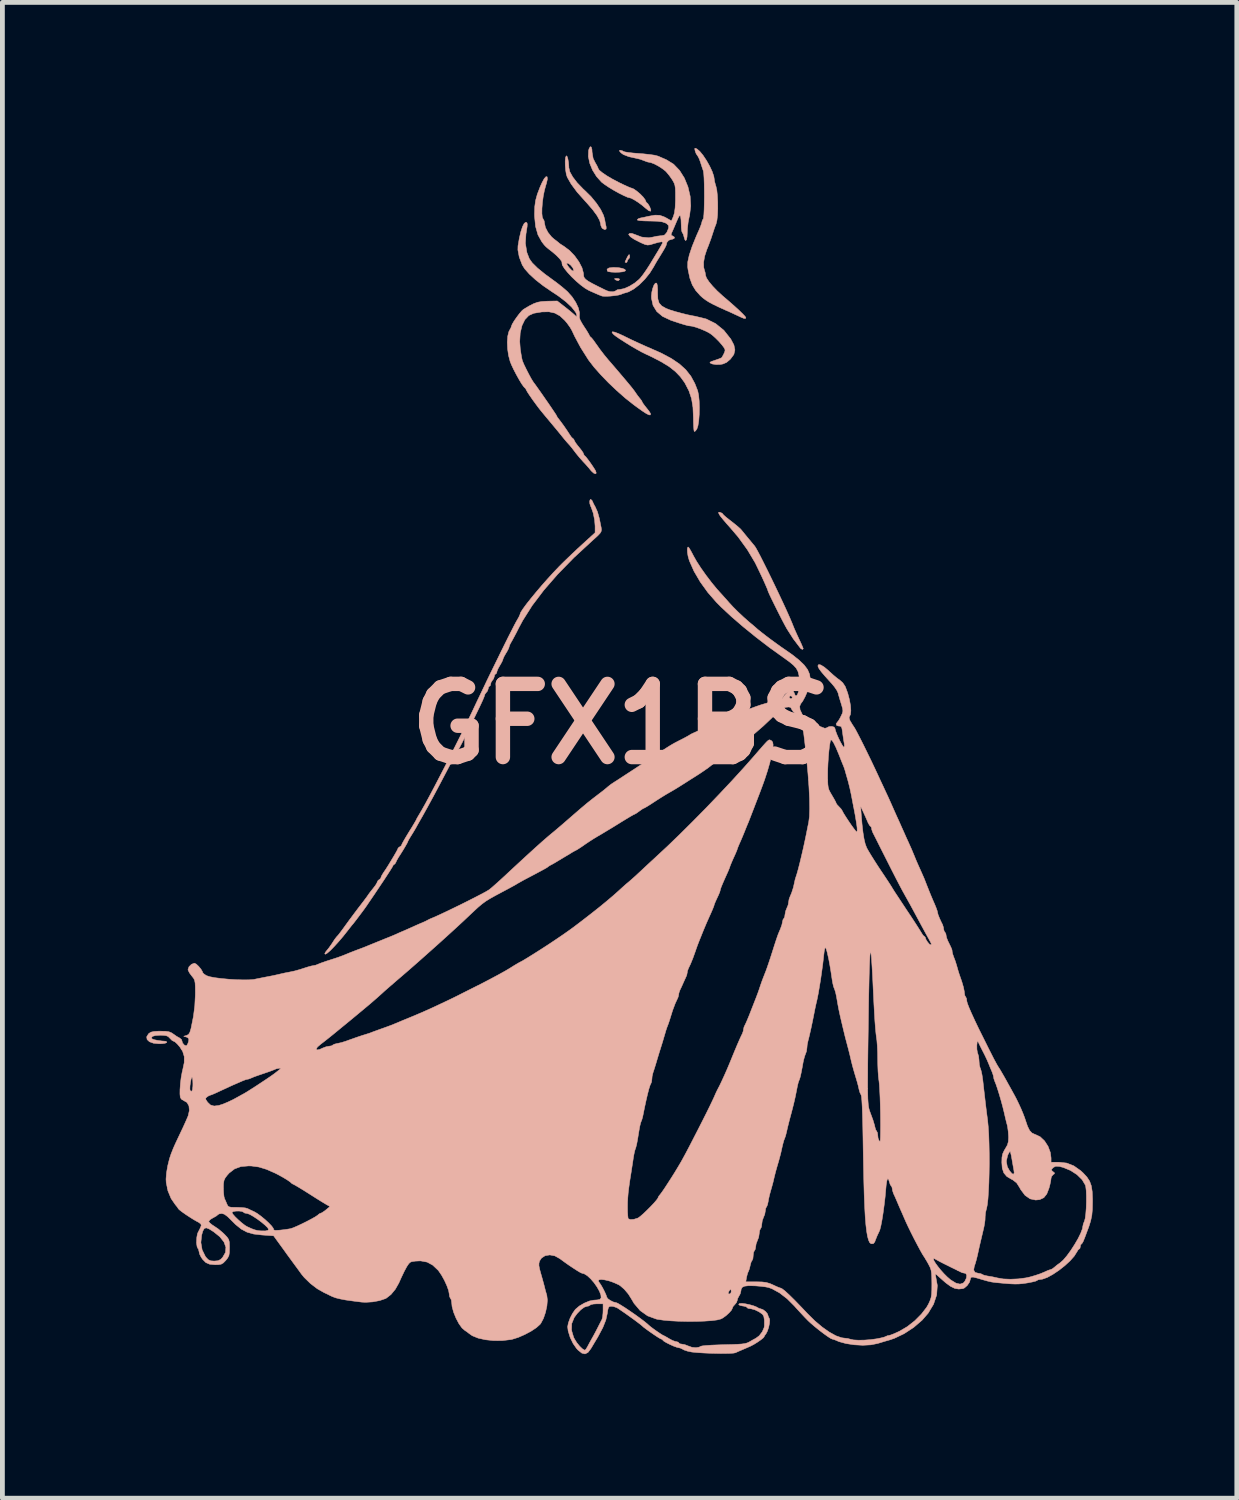
<source format=kicad_pcb>
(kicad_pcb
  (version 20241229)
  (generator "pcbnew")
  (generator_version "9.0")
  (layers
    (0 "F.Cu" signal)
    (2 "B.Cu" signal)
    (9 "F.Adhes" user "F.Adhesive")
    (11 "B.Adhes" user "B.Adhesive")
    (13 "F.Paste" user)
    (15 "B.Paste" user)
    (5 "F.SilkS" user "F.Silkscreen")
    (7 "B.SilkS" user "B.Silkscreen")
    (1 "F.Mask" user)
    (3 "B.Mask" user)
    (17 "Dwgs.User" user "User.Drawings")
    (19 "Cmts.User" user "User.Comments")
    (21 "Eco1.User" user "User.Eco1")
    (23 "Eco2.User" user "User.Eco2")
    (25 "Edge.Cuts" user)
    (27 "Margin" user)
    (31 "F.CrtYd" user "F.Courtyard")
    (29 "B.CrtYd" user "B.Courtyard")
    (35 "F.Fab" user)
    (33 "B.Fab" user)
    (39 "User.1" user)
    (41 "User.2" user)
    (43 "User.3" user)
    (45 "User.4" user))
  (footprint "GFX1BS"
    (layer "F.Cu")
    (at 9.892 12.029)
    (property "Reference" "GFX1BS" (at 0 0 0) (layer "B.SilkS") (effects (font (size 1.524 1.524) (thickness 0.3))))
    (attr through_hole)
    (fp_poly (pts (xy -0.047 -9.273) (xy -0.038 -9.255) (xy -0.067 -9.231) (xy -0.113 -9.246) (xy -0.127 -9.255) (xy -0.144 -9.272) (xy -0.117 -9.279) (xy -0.094 -9.28) (xy -0.047 -9.273)) (stroke (width 0.01) (type solid)) (fill yes) (layer "B.SilkS"))
    (fp_poly (pts (xy 0.174 -9.752) (xy 0.17 -9.707) (xy 0.155 -9.692) (xy 0.13 -9.662) (xy 0.127 -9.647) (xy 0.113 -9.614) (xy 0.102 -9.611) (xy 0.077 -9.618) (xy 0.076 -9.62) (xy 0.087 -9.646) (xy 0.112 -9.699) (xy 0.12 -9.715) (xy 0.149 -9.767) (xy 0.165 -9.776) (xy 0.174 -9.752)) (stroke (width 0.01) (type solid)) (fill yes) (layer "B.SilkS"))
    (fp_poly (pts (xy -0.057 -9.504) (xy 0.021 -9.489) (xy 0.072 -9.469) (xy 0.088 -9.446) (xy 0.075 -9.432) (xy 0.029 -9.418) (xy -0.045 -9.41) (xy -0.131 -9.408) (xy -0.212 -9.412) (xy -0.272 -9.422) (xy -0.292 -9.433) (xy -0.298 -9.473) (xy -0.256 -9.499) (xy -0.167 -9.509) (xy -0.153 -9.509) (xy -0.057 -9.504)) (stroke (width 0.01) (type solid)) (fill yes) (layer "B.SilkS"))
    (fp_poly (pts (xy -1.13 -11.82) (xy -1.114 -11.77) (xy -1.101 -11.695) (xy -1.094 -11.609) (xy -1.094 -11.588) (xy -1.073 -11.5) (xy -1.013 -11.393) (xy -0.921 -11.273) (xy -0.8 -11.147) (xy -0.759 -11.109) (xy -0.632 -10.984) (xy -0.521 -10.849) (xy -0.431 -10.715) (xy -0.371 -10.593) (xy -0.348 -10.513) (xy -0.334 -10.432) (xy -0.319 -10.363) (xy -0.316 -10.355) (xy -0.317 -10.309) (xy -0.347 -10.296) (xy -0.393 -10.32) (xy -0.402 -10.328) (xy -0.426 -10.377) (xy -0.432 -10.416) (xy -0.452 -10.489) (xy -0.507 -10.589) (xy -0.596 -10.71) (xy -0.715 -10.847) (xy -0.755 -10.891) (xy -0.921 -11.077) (xy -1.046 -11.246) (xy -1.127 -11.388) (xy -1.147 -11.451) (xy -1.161 -11.538) (xy -1.169 -11.635) (xy -1.17 -11.726) (xy -1.163 -11.797) (xy -1.148 -11.833) (xy -1.147 -11.834) (xy -1.13 -11.82)) (stroke (width 0.01) (type solid)) (fill yes) (layer "B.SilkS"))
    (fp_poly (pts (xy -0.142 -8.162) (xy -0.062 -8.132) (xy 0.048 -8.082) (xy 0.083 -8.064) (xy 0.22 -7.997) (xy 0.377 -7.925) (xy 0.528 -7.857) (xy 0.583 -7.834) (xy 0.835 -7.722) (xy 1.041 -7.612) (xy 1.208 -7.499) (xy 1.342 -7.378) (xy 1.448 -7.243) (xy 1.531 -7.09) (xy 1.59 -6.939) (xy 1.609 -6.848) (xy 1.621 -6.726) (xy 1.625 -6.588) (xy 1.622 -6.447) (xy 1.612 -6.316) (xy 1.595 -6.21) (xy 1.574 -6.146) (xy 1.543 -6.102) (xy 1.519 -6.092) (xy 1.518 -6.093) (xy 1.511 -6.124) (xy 1.505 -6.195) (xy 1.501 -6.294) (xy 1.5 -6.378) (xy 1.491 -6.594) (xy 1.462 -6.775) (xy 1.408 -6.937) (xy 1.327 -7.094) (xy 1.315 -7.114) (xy 1.228 -7.233) (xy 1.124 -7.341) (xy 0.995 -7.443) (xy 0.833 -7.542) (xy 0.633 -7.646) (xy 0.509 -7.704) (xy 0.422 -7.747) (xy 0.314 -7.807) (xy 0.194 -7.877) (xy 0.075 -7.951) (xy -0.033 -8.02) (xy -0.117 -8.078) (xy -0.161 -8.113) (xy -0.194 -8.152) (xy -0.187 -8.169) (xy -0.142 -8.162)) (stroke (width 0.01) (type solid)) (fill yes) (layer "B.SilkS"))
    (fp_poly (pts (xy -0.627 -12.016) (xy -0.613 -11.967) (xy -0.61 -11.911) (xy -0.588 -11.779) (xy -0.547 -11.696) (xy -0.509 -11.63) (xy -0.486 -11.581) (xy -0.483 -11.569) (xy -0.461 -11.535) (xy -0.4 -11.484) (xy -0.308 -11.421) (xy -0.191 -11.352) (xy -0.056 -11.281) (xy -0.041 -11.273) (xy 0.057 -11.226) (xy 0.139 -11.189) (xy 0.194 -11.166) (xy 0.209 -11.162) (xy 0.255 -11.144) (xy 0.32 -11.099) (xy 0.391 -11.039) (xy 0.454 -10.975) (xy 0.496 -10.918) (xy 0.508 -10.888) (xy 0.522 -10.859) (xy 0.529 -10.857) (xy 0.552 -10.836) (xy 0.584 -10.784) (xy 0.592 -10.768) (xy 0.615 -10.704) (xy 0.606 -10.679) (xy 0.567 -10.693) (xy 0.502 -10.745) (xy 0.495 -10.751) (xy 0.427 -10.808) (xy 0.348 -10.866) (xy 0.269 -10.916) (xy 0.206 -10.95) (xy 0.177 -10.958) (xy 0.127 -10.971) (xy 0.047 -11.007) (xy -0.053 -11.057) (xy -0.16 -11.117) (xy -0.264 -11.18) (xy -0.353 -11.24) (xy -0.412 -11.285) (xy -0.517 -11.402) (xy -0.601 -11.537) (xy -0.659 -11.68) (xy -0.688 -11.82) (xy -0.683 -11.944) (xy -0.671 -11.986) (xy -0.647 -12.024) (xy -0.627 -12.016)) (stroke (width 0.01) (type solid)) (fill yes) (layer "B.SilkS"))
    (fp_poly (pts (xy 0.739 -9.175) (xy 0.749 -9.131) (xy 0.755 -9.054) (xy 0.755 -8.97) (xy 0.76 -8.851) (xy 0.786 -8.767) (xy 0.841 -8.706) (xy 0.927 -8.657) (xy 1.003 -8.627) (xy 1.114 -8.592) (xy 1.243 -8.557) (xy 1.375 -8.524) (xy 1.493 -8.5) (xy 1.538 -8.492) (xy 1.766 -8.436) (xy 1.963 -8.339) (xy 2.134 -8.2) (xy 2.279 -8.017) (xy 2.344 -7.894) (xy 2.365 -7.79) (xy 2.343 -7.696) (xy 2.276 -7.605) (xy 2.268 -7.596) (xy 2.192 -7.531) (xy 2.116 -7.498) (xy 2.059 -7.488) (xy 1.974 -7.486) (xy 1.899 -7.497) (xy 1.881 -7.503) (xy 1.848 -7.52) (xy 1.846 -7.534) (xy 1.879 -7.551) (xy 1.952 -7.576) (xy 2.027 -7.602) (xy 2.078 -7.623) (xy 2.092 -7.631) (xy 2.107 -7.658) (xy 2.129 -7.697) (xy 2.154 -7.755) (xy 2.161 -7.79) (xy 2.143 -7.831) (xy 2.097 -7.893) (xy 2.033 -7.967) (xy 1.959 -8.041) (xy 1.888 -8.104) (xy 1.842 -8.137) (xy 1.76 -8.181) (xy 1.66 -8.224) (xy 1.56 -8.261) (xy 1.477 -8.284) (xy 1.44 -8.289) (xy 1.393 -8.295) (xy 1.314 -8.316) (xy 1.197 -8.352) (xy 1.039 -8.405) (xy 1.021 -8.412) (xy 0.858 -8.489) (xy 0.737 -8.591) (xy 0.66 -8.718) (xy 0.627 -8.866) (xy 0.626 -8.913) (xy 0.635 -8.998) (xy 0.655 -9.078) (xy 0.68 -9.143) (xy 0.708 -9.181) (xy 0.732 -9.183) (xy 0.739 -9.175)) (stroke (width 0.01) (type solid)) (fill yes) (layer "B.SilkS"))
    (fp_poly (pts (xy 2.06 -4.406) (xy 2.101 -4.388) (xy 2.11 -4.375) (xy 2.129 -4.353) (xy 2.179 -4.308) (xy 2.252 -4.25) (xy 2.282 -4.227) (xy 2.366 -4.161) (xy 2.438 -4.101) (xy 2.485 -4.058) (xy 2.492 -4.05) (xy 2.527 -4.008) (xy 2.582 -3.94) (xy 2.644 -3.865) (xy 2.703 -3.794) (xy 2.748 -3.739) (xy 2.771 -3.713) (xy 2.771 -3.712) (xy 2.797 -3.675) (xy 2.84 -3.598) (xy 2.898 -3.488) (xy 2.967 -3.351) (xy 3.045 -3.195) (xy 3.128 -3.025) (xy 3.213 -2.849) (xy 3.297 -2.672) (xy 3.377 -2.502) (xy 3.449 -2.345) (xy 3.51 -2.208) (xy 3.557 -2.097) (xy 3.572 -2.059) (xy 3.605 -1.978) (xy 3.652 -1.873) (xy 3.701 -1.767) (xy 3.702 -1.765) (xy 3.743 -1.678) (xy 3.773 -1.609) (xy 3.788 -1.571) (xy 3.788 -1.568) (xy 3.773 -1.552) (xy 3.74 -1.568) (xy 3.725 -1.584) (xy 3.582 -1.772) (xy 3.447 -1.983) (xy 3.408 -2.054) (xy 3.357 -2.15) (xy 3.299 -2.263) (xy 3.238 -2.384) (xy 3.179 -2.503) (xy 3.126 -2.611) (xy 3.084 -2.699) (xy 3.058 -2.759) (xy 3.051 -2.78) (xy 3.041 -2.809) (xy 3.013 -2.874) (xy 2.974 -2.963) (xy 2.927 -3.066) (xy 2.877 -3.171) (xy 2.83 -3.269) (xy 2.791 -3.349) (xy 2.783 -3.364) (xy 2.625 -3.629) (xy 2.434 -3.893) (xy 2.274 -4.081) (xy 2.191 -4.174) (xy 2.119 -4.259) (xy 2.065 -4.325) (xy 2.041 -4.361) (xy 2.022 -4.402) (xy 2.036 -4.411) (xy 2.06 -4.406)) (stroke (width 0.01) (type solid)) (fill yes) (layer "B.SilkS"))
    (fp_poly (pts (xy 1.574 -11.977) (xy 1.633 -11.927) (xy 1.702 -11.843) (xy 1.773 -11.736) (xy 1.839 -11.619) (xy 1.892 -11.506) (xy 1.925 -11.409) (xy 1.933 -11.359) (xy 1.942 -11.298) (xy 1.963 -11.22) (xy 1.97 -11.2) (xy 1.988 -11.12) (xy 2 -11.006) (xy 2.007 -10.872) (xy 2.008 -10.733) (xy 2.003 -10.601) (xy 1.991 -10.492) (xy 1.974 -10.42) (xy 1.974 -10.419) (xy 1.942 -10.337) (xy 1.912 -10.245) (xy 1.908 -10.234) (xy 1.869 -10.114) (xy 1.814 -9.965) (xy 1.779 -9.878) (xy 1.735 -9.744) (xy 1.713 -9.617) (xy 1.715 -9.512) (xy 1.724 -9.475) (xy 1.745 -9.403) (xy 1.754 -9.344) (xy 1.754 -9.342) (xy 1.773 -9.289) (xy 1.824 -9.212) (xy 1.901 -9.119) (xy 1.997 -9.019) (xy 2.105 -8.92) (xy 2.134 -8.895) (xy 2.251 -8.795) (xy 2.361 -8.698) (xy 2.457 -8.61) (xy 2.531 -8.538) (xy 2.579 -8.486) (xy 2.593 -8.463) (xy 2.585 -8.445) (xy 2.553 -8.447) (xy 2.49 -8.473) (xy 2.454 -8.49) (xy 2.373 -8.527) (xy 2.273 -8.574) (xy 2.199 -8.606) (xy 2.04 -8.678) (xy 1.919 -8.736) (xy 1.827 -8.785) (xy 1.756 -8.83) (xy 1.695 -8.876) (xy 1.644 -8.922) (xy 1.549 -9.028) (xy 1.478 -9.144) (xy 1.427 -9.283) (xy 1.39 -9.456) (xy 1.381 -9.519) (xy 1.383 -9.624) (xy 1.414 -9.766) (xy 1.474 -9.946) (xy 1.563 -10.166) (xy 1.618 -10.289) (xy 1.651 -10.369) (xy 1.673 -10.433) (xy 1.678 -10.459) (xy 1.693 -10.503) (xy 1.704 -10.513) (xy 1.712 -10.543) (xy 1.719 -10.614) (xy 1.724 -10.716) (xy 1.727 -10.841) (xy 1.729 -10.978) (xy 1.728 -11.118) (xy 1.726 -11.251) (xy 1.722 -11.369) (xy 1.716 -11.46) (xy 1.708 -11.516) (xy 1.706 -11.523) (xy 1.685 -11.584) (xy 1.658 -11.666) (xy 1.65 -11.693) (xy 1.623 -11.768) (xy 1.595 -11.824) (xy 1.585 -11.836) (xy 1.555 -11.884) (xy 1.536 -11.937) (xy 1.527 -11.984) (xy 1.541 -11.992) (xy 1.574 -11.977)) (stroke (width 0.01) (type solid)) (fill yes) (layer "B.SilkS"))
    (fp_poly (pts (xy -1.969 -10.443) (xy -1.96 -10.415) (xy -1.963 -10.359) (xy -1.977 -10.266) (xy -1.987 -10.206) (xy -1.999 -10.012) (xy -1.968 -9.821) (xy -1.917 -9.69) (xy -1.855 -9.603) (xy -1.747 -9.496) (xy -1.595 -9.372) (xy -1.453 -9.268) (xy -1.345 -9.189) (xy -1.236 -9.103) (xy -1.146 -9.026) (xy -1.118 -9) (xy -1.025 -8.895) (xy -0.949 -8.779) (xy -0.896 -8.666) (xy -0.872 -8.566) (xy -0.873 -8.518) (xy -0.875 -8.47) (xy -0.859 -8.415) (xy -0.819 -8.342) (xy -0.775 -8.273) (xy -0.722 -8.192) (xy -0.682 -8.125) (xy -0.662 -8.086) (xy -0.661 -8.082) (xy -0.645 -8.06) (xy -0.642 -8.06) (xy -0.62 -8.04) (xy -0.578 -7.988) (xy -0.526 -7.914) (xy -0.516 -7.901) (xy -0.447 -7.803) (xy -0.36 -7.69) (xy -0.272 -7.583) (xy -0.255 -7.564) (xy -0.094 -7.377) (xy 0.035 -7.225) (xy 0.136 -7.105) (xy 0.212 -7.013) (xy 0.264 -6.946) (xy 0.294 -6.903) (xy 0.341 -6.835) (xy 0.387 -6.778) (xy 0.388 -6.777) (xy 0.421 -6.734) (xy 0.432 -6.71) (xy 0.447 -6.682) (xy 0.486 -6.629) (xy 0.521 -6.585) (xy 0.571 -6.522) (xy 0.603 -6.473) (xy 0.61 -6.456) (xy 0.601 -6.436) (xy 0.572 -6.439) (xy 0.518 -6.466) (xy 0.435 -6.52) (xy 0.32 -6.602) (xy 0.254 -6.651) (xy 0.083 -6.786) (xy -0.094 -6.942) (xy -0.268 -7.107) (xy -0.429 -7.274) (xy -0.569 -7.432) (xy -0.677 -7.572) (xy -0.69 -7.591) (xy -0.85 -7.844) (xy -0.974 -8.076) (xy -1.027 -8.19) (xy -1.067 -8.26) (xy -1.127 -8.344) (xy -1.179 -8.406) (xy -1.279 -8.499) (xy -1.385 -8.558) (xy -1.508 -8.585) (xy -1.657 -8.582) (xy -1.825 -8.554) (xy -1.927 -8.508) (xy -2.01 -8.421) (xy -2.07 -8.297) (xy -2.107 -8.143) (xy -2.117 -7.966) (xy -2.106 -7.818) (xy -2.091 -7.716) (xy -2.076 -7.628) (xy -2.063 -7.57) (xy -2.061 -7.564) (xy -2.03 -7.49) (xy -1.984 -7.395) (xy -1.932 -7.293) (xy -1.882 -7.2) (xy -1.841 -7.133) (xy -1.832 -7.119) (xy -1.788 -7.06) (xy -1.729 -6.977) (xy -1.659 -6.878) (xy -1.585 -6.771) (xy -1.512 -6.666) (xy -1.446 -6.569) (xy -1.393 -6.49) (xy -1.358 -6.437) (xy -1.348 -6.418) (xy -1.334 -6.389) (xy -1.322 -6.374) (xy -1.265 -6.3) (xy -1.197 -6.207) (xy -1.133 -6.114) (xy -1.084 -6.039) (xy -1.08 -6.032) (xy -1.044 -5.979) (xy -1.017 -5.951) (xy -1.013 -5.95) (xy -0.991 -5.929) (xy -0.981 -5.905) (xy -0.957 -5.861) (xy -0.91 -5.798) (xy -0.878 -5.759) (xy -0.828 -5.696) (xy -0.795 -5.646) (xy -0.789 -5.627) (xy -0.773 -5.593) (xy -0.767 -5.589) (xy -0.741 -5.565) (xy -0.698 -5.51) (xy -0.645 -5.438) (xy -0.593 -5.362) (xy -0.55 -5.295) (xy -0.536 -5.269) (xy -0.523 -5.225) (xy -0.54 -5.21) (xy -0.577 -5.225) (xy -0.624 -5.268) (xy -0.636 -5.282) (xy -0.684 -5.34) (xy -0.75 -5.415) (xy -0.798 -5.466) (xy -0.872 -5.549) (xy -0.944 -5.637) (xy -0.979 -5.683) (xy -1.032 -5.752) (xy -1.08 -5.81) (xy -1.095 -5.826) (xy -1.133 -5.868) (xy -1.189 -5.934) (xy -1.236 -5.992) (xy -1.3 -6.071) (xy -1.382 -6.17) (xy -1.466 -6.271) (xy -1.484 -6.293) (xy -1.573 -6.399) (xy -1.638 -6.478) (xy -1.688 -6.539) (xy -1.73 -6.593) (xy -1.774 -6.652) (xy -1.828 -6.726) (xy -1.85 -6.756) (xy -1.909 -6.841) (xy -1.955 -6.911) (xy -1.98 -6.955) (xy -1.983 -6.964) (xy -2.002 -6.995) (xy -2.006 -6.996) (xy -2.034 -7.025) (xy -2.079 -7.088) (xy -2.132 -7.177) (xy -2.189 -7.279) (xy -2.244 -7.385) (xy -2.29 -7.483) (xy -2.317 -7.551) (xy -2.35 -7.676) (xy -2.37 -7.815) (xy -2.376 -7.953) (xy -2.367 -8.076) (xy -2.344 -8.17) (xy -2.33 -8.198) (xy -2.3 -8.253) (xy -2.288 -8.29) (xy -2.273 -8.328) (xy -2.235 -8.392) (xy -2.183 -8.467) (xy -2.127 -8.542) (xy -2.076 -8.602) (xy -2.041 -8.634) (xy -1.919 -8.707) (xy -1.825 -8.755) (xy -1.743 -8.784) (xy -1.66 -8.799) (xy -1.56 -8.805) (xy -1.54 -8.806) (xy -1.335 -8.81) (xy -1.157 -8.671) (xy -1.075 -8.605) (xy -1.009 -8.55) (xy -0.968 -8.514) (xy -0.961 -8.506) (xy -0.937 -8.485) (xy -0.928 -8.499) (xy -0.934 -8.536) (xy -0.954 -8.579) (xy -1.037 -8.684) (xy -1.151 -8.791) (xy -1.302 -8.907) (xy -1.454 -9.008) (xy -1.629 -9.128) (xy -1.785 -9.25) (xy -1.915 -9.369) (xy -2.012 -9.478) (xy -2.064 -9.56) (xy -2.127 -9.725) (xy -2.155 -9.872) (xy -2.153 -9.957) (xy -2.125 -10.119) (xy -2.093 -10.255) (xy -2.058 -10.36) (xy -2.023 -10.427) (xy -1.99 -10.45) (xy -1.969 -10.443)) (stroke (width 0.01) (type solid)) (fill yes) (layer "B.SilkS"))
    (fp_poly (pts (xy -0.613 -4.658) (xy -0.601 -4.634) (xy -0.577 -4.581) (xy -0.541 -4.516) (xy -0.54 -4.513) (xy -0.497 -4.417) (xy -0.458 -4.278) (xy -0.423 -4.103) (xy -0.42 -4.089) (xy -0.415 -4.046) (xy -0.421 -4.01) (xy -0.443 -3.973) (xy -0.489 -3.924) (xy -0.564 -3.855) (xy -0.601 -3.822) (xy -0.988 -3.465) (xy -1.325 -3.12) (xy -1.615 -2.787) (xy -1.858 -2.466) (xy -2.054 -2.156) (xy -2.133 -2.009) (xy -2.186 -1.904) (xy -2.237 -1.808) (xy -2.276 -1.736) (xy -2.288 -1.716) (xy -2.321 -1.656) (xy -2.337 -1.611) (xy -2.337 -1.608) (xy -2.351 -1.568) (xy -2.384 -1.505) (xy -2.403 -1.475) (xy -2.441 -1.409) (xy -2.463 -1.36) (xy -2.466 -1.348) (xy -2.479 -1.312) (xy -2.511 -1.251) (xy -2.53 -1.22) (xy -2.568 -1.152) (xy -2.591 -1.096) (xy -2.593 -1.081) (xy -2.607 -1.047) (xy -2.619 -1.042) (xy -2.64 -1.021) (xy -2.644 -0.995) (xy -2.663 -0.939) (xy -2.682 -0.915) (xy -2.715 -0.865) (xy -2.721 -0.836) (xy -2.732 -0.796) (xy -2.746 -0.788) (xy -2.767 -0.767) (xy -2.771 -0.74) (xy -2.79 -0.684) (xy -2.81 -0.661) (xy -2.841 -0.621) (xy -2.847 -0.601) (xy -2.858 -0.567) (xy -2.886 -0.499) (xy -2.928 -0.408) (xy -2.959 -0.343) (xy -3.018 -0.221) (xy -3.089 -0.075) (xy -3.162 0.074) (xy -3.206 0.165) (xy -3.264 0.284) (xy -3.319 0.394) (xy -3.366 0.483) (xy -3.395 0.534) (xy -3.428 0.591) (xy -3.478 0.681) (xy -3.538 0.792) (xy -3.601 0.911) (xy -3.603 0.915) (xy -3.768 1.229) (xy -3.912 1.5) (xy -4.038 1.732) (xy -4.147 1.928) (xy -4.157 1.945) (xy -4.207 2.033) (xy -4.254 2.116) (xy -4.274 2.153) (xy -4.317 2.227) (xy -4.369 2.312) (xy -4.385 2.337) (xy -4.423 2.4) (xy -4.446 2.444) (xy -4.449 2.454) (xy -4.462 2.482) (xy -4.495 2.54) (xy -4.541 2.618) (xy -4.594 2.703) (xy -4.647 2.785) (xy -4.647 2.786) (xy -4.681 2.846) (xy -4.695 2.879) (xy -4.718 2.917) (xy -4.732 2.924) (xy -4.754 2.943) (xy -4.755 2.947) (xy -4.768 2.974) (xy -4.807 3.038) (xy -4.868 3.133) (xy -4.947 3.254) (xy -5.041 3.394) (xy -5.145 3.55) (xy -5.257 3.714) (xy -5.314 3.798) (xy -5.349 3.847) (xy -5.401 3.918) (xy -5.46 3.996) (xy -5.517 4.072) (xy -5.564 4.133) (xy -5.591 4.167) (xy -5.594 4.17) (xy -5.616 4.196) (xy -5.658 4.249) (xy -5.695 4.297) (xy -5.794 4.422) (xy -5.891 4.536) (xy -5.982 4.636) (xy -6.06 4.716) (xy -6.123 4.771) (xy -6.164 4.796) (xy -6.178 4.786) (xy -6.163 4.753) (xy -6.131 4.713) (xy -6.089 4.661) (xy -6.037 4.587) (xy -6.012 4.549) (xy -5.969 4.483) (xy -5.933 4.436) (xy -5.921 4.423) (xy -5.898 4.398) (xy -5.853 4.34) (xy -5.794 4.261) (xy -5.753 4.204) (xy -5.666 4.084) (xy -5.566 3.95) (xy -5.473 3.826) (xy -5.454 3.802) (xy -5.385 3.712) (xy -5.327 3.635) (xy -5.287 3.58) (xy -5.276 3.563) (xy -5.245 3.52) (xy -5.196 3.457) (xy -5.168 3.422) (xy -5.12 3.359) (xy -5.09 3.308) (xy -5.085 3.291) (xy -5.065 3.256) (xy -5.047 3.245) (xy -5.013 3.217) (xy -5.009 3.202) (xy -4.995 3.164) (xy -4.961 3.107) (xy -4.952 3.093) (xy -4.909 3.03) (xy -4.855 2.945) (xy -4.798 2.851) (xy -4.742 2.758) (xy -4.695 2.677) (xy -4.663 2.618) (xy -4.653 2.592) (xy -4.633 2.568) (xy -4.615 2.559) (xy -4.581 2.533) (xy -4.577 2.519) (xy -4.564 2.489) (xy -4.529 2.426) (xy -4.478 2.339) (xy -4.424 2.25) (xy -4.363 2.152) (xy -4.314 2.07) (xy -4.282 2.015) (xy -4.271 1.994) (xy -4.259 1.967) (xy -4.228 1.914) (xy -4.212 1.887) (xy -4.16 1.799) (xy -4.088 1.671) (xy -4.001 1.51) (xy -3.901 1.322) (xy -3.793 1.114) (xy -3.678 0.892) (xy -3.561 0.662) (xy -3.444 0.43) (xy -3.331 0.204) (xy -3.225 -0.012) (xy -3.13 -0.209) (xy -3.102 -0.267) (xy -3.007 -0.47) (xy -2.927 -0.637) (xy -2.859 -0.779) (xy -2.798 -0.908) (xy -2.737 -1.034) (xy -2.672 -1.167) (xy -2.598 -1.318) (xy -2.51 -1.498) (xy -2.503 -1.513) (xy -2.423 -1.674) (xy -2.348 -1.825) (xy -2.28 -1.958) (xy -2.225 -2.066) (xy -2.185 -2.14) (xy -2.169 -2.167) (xy -2.133 -2.231) (xy -2.112 -2.278) (xy -2.11 -2.288) (xy -2.094 -2.329) (xy -2.047 -2.401) (xy -1.976 -2.498) (xy -1.884 -2.614) (xy -1.777 -2.744) (xy -1.66 -2.882) (xy -1.537 -3.021) (xy -1.413 -3.157) (xy -1.294 -3.282) (xy -1.233 -3.343) (xy -1.141 -3.433) (xy -1.027 -3.542) (xy -0.905 -3.657) (xy -0.8 -3.753) (xy -0.547 -3.984) (xy -0.547 -4.122) (xy -0.558 -4.255) (xy -0.587 -4.395) (xy -0.629 -4.514) (xy -0.638 -4.532) (xy -0.657 -4.588) (xy -0.66 -4.643) (xy -0.647 -4.676) (xy -0.639 -4.678) (xy -0.613 -4.658)) (stroke (width 0.01) (type solid)) (fill yes) (layer "B.SilkS"))
    (fp_poly (pts (xy 0.027 -11.936) (xy 0.039 -11.927) (xy 0.074 -11.915) (xy 0.147 -11.903) (xy 0.243 -11.892) (xy 0.28 -11.889) (xy 0.46 -11.875) (xy 0.596 -11.86) (xy 0.694 -11.846) (xy 0.758 -11.829) (xy 0.775 -11.823) (xy 0.829 -11.799) (xy 0.906 -11.766) (xy 0.943 -11.749) (xy 1.087 -11.66) (xy 1.211 -11.531) (xy 1.312 -11.371) (xy 1.387 -11.188) (xy 1.433 -10.991) (xy 1.445 -10.789) (xy 1.421 -10.59) (xy 1.411 -10.552) (xy 1.391 -10.447) (xy 1.377 -10.324) (xy 1.373 -10.24) (xy 1.368 -10.145) (xy 1.356 -10.086) (xy 1.339 -10.067) (xy 1.32 -10.092) (xy 1.305 -10.145) (xy 1.288 -10.204) (xy 1.268 -10.236) (xy 1.257 -10.266) (xy 1.249 -10.333) (xy 1.246 -10.412) (xy 1.243 -10.497) (xy 1.235 -10.561) (xy 1.226 -10.586) (xy 1.214 -10.587) (xy 1.2 -10.572) (xy 1.179 -10.531) (xy 1.147 -10.459) (xy 1.1 -10.348) (xy 1.07 -10.278) (xy 1.044 -10.222) (xy 1.042 -10.217) (xy 1.037 -10.181) (xy 1.072 -10.162) (xy 1.106 -10.139) (xy 1.099 -10.112) (xy 1.059 -10.095) (xy 1.046 -10.094) (xy 0.986 -10.074) (xy 0.946 -10.026) (xy 0.941 -9.999) (xy 0.933 -9.97) (xy 0.908 -9.918) (xy 0.862 -9.839) (xy 0.793 -9.726) (xy 0.744 -9.647) (xy 0.71 -9.589) (xy 0.673 -9.522) (xy 0.591 -9.391) (xy 0.489 -9.264) (xy 0.375 -9.15) (xy 0.259 -9.06) (xy 0.152 -9.001) (xy 0.105 -8.986) (xy 0.037 -8.967) (xy -0.005 -8.949) (xy -0.056 -8.934) (xy -0.138 -8.921) (xy -0.234 -8.911) (xy -0.324 -8.907) (xy -0.39 -8.91) (xy -0.407 -8.914) (xy -0.471 -8.939) (xy -0.556 -8.976) (xy -0.674 -9.028) (xy -0.755 -9.075) (xy -0.847 -9.143) (xy -0.944 -9.226) (xy -1.038 -9.316) (xy -1.121 -9.406) (xy -1.187 -9.488) (xy -1.229 -9.556) (xy -1.234 -9.58) (xy -1.139 -9.58) (xy -1.107 -9.529) (xy -1.087 -9.503) (xy -1.037 -9.451) (xy -1.003 -9.432) (xy -0.992 -9.447) (xy -1.009 -9.497) (xy -1.051 -9.552) (xy -1.094 -9.586) (xy -1.135 -9.6) (xy -1.139 -9.58) (xy -1.234 -9.58) (xy -1.238 -9.601) (xy -1.236 -9.606) (xy -1.244 -9.637) (xy -1.285 -9.69) (xy -1.35 -9.757) (xy -1.431 -9.827) (xy -1.447 -9.84) (xy -1.522 -9.898) (xy -1.57 -9.939) (xy -1.606 -9.977) (xy -1.643 -10.025) (xy -1.657 -10.043) (xy -1.737 -10.187) (xy -1.787 -10.362) (xy -1.808 -10.572) (xy -1.809 -10.629) (xy -1.804 -10.775) (xy -1.786 -10.905) (xy -1.751 -11.033) (xy -1.695 -11.179) (xy -1.655 -11.269) (xy -1.607 -11.359) (xy -1.569 -11.4) (xy -1.546 -11.396) (xy -1.541 -11.347) (xy -1.561 -11.258) (xy -1.572 -11.225) (xy -1.602 -11.116) (xy -1.627 -10.992) (xy -1.644 -10.863) (xy -1.654 -10.74) (xy -1.655 -10.633) (xy -1.647 -10.555) (xy -1.628 -10.514) (xy -1.627 -10.513) (xy -1.608 -10.478) (xy -1.602 -10.435) (xy -1.582 -10.341) (xy -1.529 -10.239) (xy -1.454 -10.145) (xy -1.405 -10.102) (xy -1.346 -10.057) (xy -1.305 -10.024) (xy -1.297 -10.016) (xy -1.269 -9.995) (xy -1.214 -9.96) (xy -1.192 -9.946) (xy -1.078 -9.86) (xy -0.973 -9.75) (xy -0.884 -9.626) (xy -0.82 -9.502) (xy -0.79 -9.39) (xy -0.788 -9.363) (xy -0.785 -9.326) (xy -0.772 -9.293) (xy -0.742 -9.26) (xy -0.692 -9.223) (xy -0.613 -9.178) (xy -0.502 -9.121) (xy -0.352 -9.047) (xy -0.299 -9.022) (xy -0.235 -9.004) (xy -0.168 -9.003) (xy -0.121 -9.019) (xy -0.114 -9.026) (xy -0.08 -9.045) (xy -0.026 -9.051) (xy 0.061 -9.069) (xy 0.167 -9.116) (xy 0.275 -9.182) (xy 0.369 -9.26) (xy 0.398 -9.291) (xy 0.456 -9.365) (xy 0.525 -9.464) (xy 0.59 -9.565) (xy 0.595 -9.573) (xy 0.693 -9.735) (xy 0.767 -9.857) (xy 0.818 -9.945) (xy 0.849 -10) (xy 0.863 -10.028) (xy 0.864 -10.032) (xy 0.842 -10.043) (xy 0.777 -10.033) (xy 0.674 -10.004) (xy 0.668 -10.002) (xy 0.598 -9.981) (xy 0.547 -9.975) (xy 0.495 -9.986) (xy 0.424 -10.016) (xy 0.392 -10.031) (xy 0.267 -10.095) (xy 0.187 -10.149) (xy 0.153 -10.193) (xy 0.153 -10.2) (xy 0.173 -10.218) (xy 0.221 -10.217) (xy 0.274 -10.198) (xy 0.425 -10.141) (xy 0.572 -10.127) (xy 0.651 -10.14) (xy 0.738 -10.159) (xy 0.819 -10.169) (xy 0.838 -10.17) (xy 0.897 -10.182) (xy 0.939 -10.228) (xy 0.952 -10.25) (xy 0.984 -10.329) (xy 0.984 -10.38) (xy 0.948 -10.418) (xy 0.917 -10.436) (xy 0.85 -10.458) (xy 0.748 -10.471) (xy 0.603 -10.475) (xy 0.586 -10.475) (xy 0.471 -10.478) (xy 0.385 -10.484) (xy 0.337 -10.494) (xy 0.331 -10.5) (xy 0.352 -10.523) (xy 0.4 -10.539) (xy 0.471 -10.553) (xy 0.558 -10.573) (xy 0.579 -10.577) (xy 0.701 -10.598) (xy 0.798 -10.595) (xy 0.888 -10.564) (xy 0.935 -10.54) (xy 1.043 -10.478) (xy 1.084 -10.572) (xy 1.106 -10.647) (xy 1.12 -10.754) (xy 1.127 -10.901) (xy 1.127 -10.946) (xy 1.127 -11.07) (xy 1.124 -11.157) (xy 1.115 -11.219) (xy 1.098 -11.268) (xy 1.07 -11.319) (xy 1.057 -11.34) (xy 1.001 -11.42) (xy 0.941 -11.493) (xy 0.917 -11.518) (xy 0.849 -11.57) (xy 0.766 -11.623) (xy 0.682 -11.667) (xy 0.614 -11.692) (xy 0.593 -11.696) (xy 0.544 -11.706) (xy 0.478 -11.73) (xy 0.474 -11.732) (xy 0.393 -11.762) (xy 0.318 -11.78) (xy 0.155 -11.816) (xy 0.042 -11.86) (xy -0.009 -11.897) (xy -0.041 -11.935) (xy -0.035 -11.949) (xy -0.023 -11.95) (xy 0.027 -11.936)) (stroke (width 0.01) (type solid)) (fill yes) (layer "B.SilkS"))
    (fp_poly (pts (xy 1.412 -3.664) (xy 1.446 -3.607) (xy 1.489 -3.527) (xy 1.5 -3.505) (xy 1.566 -3.388) (xy 1.657 -3.247) (xy 1.765 -3.095) (xy 1.88 -2.944) (xy 1.992 -2.808) (xy 2.048 -2.746) (xy 2.124 -2.662) (xy 2.202 -2.575) (xy 2.24 -2.531) (xy 2.323 -2.441) (xy 2.43 -2.334) (xy 2.546 -2.225) (xy 2.658 -2.126) (xy 2.695 -2.095) (xy 2.752 -2.048) (xy 2.79 -2.015) (xy 2.797 -2.009) (xy 2.839 -1.971) (xy 2.913 -1.912) (xy 3.008 -1.838) (xy 3.114 -1.758) (xy 3.221 -1.68) (xy 3.318 -1.61) (xy 3.369 -1.575) (xy 3.556 -1.445) (xy 3.701 -1.33) (xy 3.807 -1.228) (xy 3.879 -1.132) (xy 3.92 -1.037) (xy 3.935 -0.94) (xy 3.93 -0.858) (xy 3.909 -0.774) (xy 3.872 -0.67) (xy 3.825 -0.564) (xy 3.776 -0.474) (xy 3.736 -0.421) (xy 3.714 -0.367) (xy 3.722 -0.296) (xy 3.749 -0.24) (xy 3.779 -0.175) (xy 3.788 -0.125) (xy 3.81 -0.046) (xy 3.874 0.005) (xy 3.973 0.025) (xy 3.989 0.025) (xy 4.079 0.035) (xy 4.162 0.06) (xy 4.174 0.066) (xy 4.238 0.09) (xy 4.277 0.081) (xy 4.279 0.078) (xy 4.326 0.055) (xy 4.384 0.051) (xy 4.431 0.065) (xy 4.449 0.093) (xy 4.46 0.139) (xy 4.486 0.21) (xy 4.522 0.293) (xy 4.562 0.374) (xy 4.599 0.44) (xy 4.626 0.479) (xy 4.634 0.483) (xy 4.647 0.461) (xy 4.642 0.405) (xy 4.641 0.4) (xy 4.628 0.326) (xy 4.614 0.23) (xy 4.607 0.178) (xy 4.595 0.098) (xy 4.58 0.057) (xy 4.555 0.044) (xy 4.532 0.044) (xy 4.487 0.033) (xy 4.473 -0.001) (xy 4.497 -0.036) (xy 4.498 -0.037) (xy 4.522 -0.067) (xy 4.557 -0.126) (xy 4.574 -0.161) (xy 4.603 -0.222) (xy 4.614 -0.268) (xy 4.609 -0.318) (xy 4.588 -0.391) (xy 4.579 -0.421) (xy 4.55 -0.515) (xy 4.525 -0.601) (xy 4.514 -0.645) (xy 4.489 -0.699) (xy 4.438 -0.774) (xy 4.372 -0.853) (xy 4.364 -0.861) (xy 4.248 -0.989) (xy 4.166 -1.085) (xy 4.116 -1.154) (xy 4.095 -1.201) (xy 4.093 -1.211) (xy 4.11 -1.238) (xy 4.154 -1.229) (xy 4.224 -1.186) (xy 4.313 -1.112) (xy 4.34 -1.086) (xy 4.419 -1.015) (xy 4.495 -0.952) (xy 4.55 -0.912) (xy 4.611 -0.858) (xy 4.661 -0.783) (xy 4.667 -0.77) (xy 4.715 -0.641) (xy 4.75 -0.508) (xy 4.773 -0.382) (xy 4.78 -0.274) (xy 4.771 -0.195) (xy 4.754 -0.162) (xy 4.743 -0.128) (xy 4.762 -0.07) (xy 4.813 0.015) (xy 4.846 0.064) (xy 4.874 0.11) (xy 4.919 0.195) (xy 4.978 0.309) (xy 5.047 0.446) (xy 5.121 0.597) (xy 5.198 0.755) (xy 5.272 0.911) (xy 5.341 1.058) (xy 5.357 1.093) (xy 5.402 1.19) (xy 5.457 1.307) (xy 5.505 1.411) (xy 5.552 1.511) (xy 5.595 1.606) (xy 5.626 1.676) (xy 5.627 1.678) (xy 5.657 1.746) (xy 5.699 1.841) (xy 5.744 1.941) (xy 5.746 1.945) (xy 5.792 2.046) (xy 5.834 2.141) (xy 5.865 2.21) (xy 5.866 2.212) (xy 5.899 2.286) (xy 5.941 2.381) (xy 5.969 2.441) (xy 6.042 2.604) (xy 6.1 2.743) (xy 6.122 2.797) (xy 6.145 2.853) (xy 6.182 2.937) (xy 6.216 3.013) (xy 6.255 3.1) (xy 6.288 3.175) (xy 6.306 3.216) (xy 6.325 3.264) (xy 6.356 3.344) (xy 6.393 3.437) (xy 6.396 3.445) (xy 6.441 3.557) (xy 6.489 3.671) (xy 6.526 3.755) (xy 6.558 3.834) (xy 6.58 3.897) (xy 6.585 3.923) (xy 6.597 3.972) (xy 6.628 4.05) (xy 6.671 4.143) (xy 6.689 4.176) (xy 6.709 4.24) (xy 6.712 4.27) (xy 6.724 4.318) (xy 6.738 4.335) (xy 6.759 4.371) (xy 6.763 4.398) (xy 6.774 4.452) (xy 6.801 4.521) (xy 6.806 4.53) (xy 6.849 4.618) (xy 6.875 4.674) (xy 6.887 4.708) (xy 6.89 4.734) (xy 6.89 4.741) (xy 6.9 4.789) (xy 6.923 4.855) (xy 6.926 4.862) (xy 6.956 4.941) (xy 6.985 5.035) (xy 6.992 5.06) (xy 7.015 5.141) (xy 7.036 5.208) (xy 7.042 5.225) (xy 7.09 5.363) (xy 7.125 5.483) (xy 7.143 5.573) (xy 7.145 5.598) (xy 7.153 5.655) (xy 7.17 5.683) (xy 7.188 5.717) (xy 7.195 5.773) (xy 7.207 5.819) (xy 7.24 5.905) (xy 7.292 6.025) (xy 7.361 6.175) (xy 7.444 6.349) (xy 7.489 6.439) (xy 7.582 6.626) (xy 7.655 6.773) (xy 7.713 6.887) (xy 7.757 6.974) (xy 7.793 7.04) (xy 7.821 7.092) (xy 7.847 7.136) (xy 7.874 7.178) (xy 7.885 7.195) (xy 7.918 7.251) (xy 7.965 7.332) (xy 8.01 7.412) (xy 8.065 7.512) (xy 8.122 7.614) (xy 8.157 7.678) (xy 8.195 7.747) (xy 8.223 7.8) (xy 8.25 7.855) (xy 8.284 7.926) (xy 8.322 8.009) (xy 8.363 8.106) (xy 8.4 8.202) (xy 8.416 8.251) (xy 8.46 8.38) (xy 8.503 8.467) (xy 8.553 8.52) (xy 8.615 8.549) (xy 8.622 8.55) (xy 8.723 8.598) (xy 8.814 8.684) (xy 8.887 8.797) (xy 8.935 8.925) (xy 8.95 9.039) (xy 8.95 9.128) (xy 9.116 9.128) (xy 9.277 9.146) (xy 9.424 9.204) (xy 9.567 9.305) (xy 9.618 9.352) (xy 9.697 9.437) (xy 9.753 9.523) (xy 9.788 9.619) (xy 9.807 9.74) (xy 9.814 9.896) (xy 9.814 9.943) (xy 9.811 10.105) (xy 9.799 10.236) (xy 9.774 10.353) (xy 9.735 10.477) (xy 9.711 10.539) (xy 9.691 10.593) (xy 9.662 10.671) (xy 9.647 10.71) (xy 9.619 10.779) (xy 9.593 10.823) (xy 9.582 10.831) (xy 9.564 10.853) (xy 9.56 10.882) (xy 9.551 10.923) (xy 9.539 10.933) (xy 9.514 10.953) (xy 9.488 10.996) (xy 9.432 11.085) (xy 9.345 11.183) (xy 9.235 11.284) (xy 9.113 11.38) (xy 8.989 11.463) (xy 8.873 11.527) (xy 8.774 11.563) (xy 8.731 11.569) (xy 8.68 11.577) (xy 8.659 11.591) (xy 8.629 11.605) (xy 8.562 11.622) (xy 8.47 11.64) (xy 8.439 11.645) (xy 8.355 11.657) (xy 8.276 11.664) (xy 8.194 11.665) (xy 8.096 11.661) (xy 7.972 11.651) (xy 7.81 11.636) (xy 7.768 11.631) (xy 7.706 11.622) (xy 7.624 11.603) (xy 7.514 11.572) (xy 7.41 11.541) (xy 7.329 11.521) (xy 7.286 11.523) (xy 7.272 11.548) (xy 7.272 11.554) (xy 7.252 11.625) (xy 7.204 11.696) (xy 7.144 11.748) (xy 7.113 11.761) (xy 7.027 11.77) (xy 6.944 11.756) (xy 6.856 11.713) (xy 6.755 11.639) (xy 6.638 11.536) (xy 6.577 11.48) (xy 6.546 11.458) (xy 6.538 11.466) (xy 6.545 11.493) (xy 6.581 11.695) (xy 6.567 11.893) (xy 6.502 12.087) (xy 6.389 12.274) (xy 6.264 12.418) (xy 6.087 12.57) (xy 5.89 12.699) (xy 5.689 12.795) (xy 5.594 12.828) (xy 5.488 12.858) (xy 5.38 12.891) (xy 5.336 12.904) (xy 5.196 12.932) (xy 5.029 12.941) (xy 4.85 12.931) (xy 4.679 12.905) (xy 4.53 12.864) (xy 4.469 12.837) (xy 4.418 12.818) (xy 4.398 12.814) (xy 4.362 12.799) (xy 4.298 12.758) (xy 4.214 12.698) (xy 4.121 12.627) (xy 4.027 12.551) (xy 3.943 12.479) (xy 3.89 12.43) (xy 3.821 12.359) (xy 3.734 12.266) (xy 3.642 12.166) (xy 3.604 12.123) (xy 3.453 11.972) (xy 3.295 11.85) (xy 3.139 11.764) (xy 3.064 11.737) (xy 3.002 11.725) (xy 2.908 11.713) (xy 2.799 11.704) (xy 2.776 11.703) (xy 2.649 11.7) (xy 2.565 11.71) (xy 2.516 11.734) (xy 2.494 11.777) (xy 2.491 11.807) (xy 2.475 11.871) (xy 2.453 11.91) (xy 2.423 11.966) (xy 2.415 12.002) (xy 2.398 12.05) (xy 2.365 12.09) (xy 2.326 12.134) (xy 2.314 12.165) (xy 2.295 12.207) (xy 2.246 12.263) (xy 2.181 12.323) (xy 2.113 12.372) (xy 2.073 12.393) (xy 1.996 12.413) (xy 1.879 12.428) (xy 1.73 12.438) (xy 1.561 12.444) (xy 1.381 12.445) (xy 1.2 12.441) (xy 1.028 12.432) (xy 0.874 12.418) (xy 0.75 12.4) (xy 0.725 12.394) (xy 0.546 12.328) (xy 0.391 12.218) (xy 0.264 12.068) (xy 0.214 11.983) (xy 0.146 11.874) (xy 0.136 11.862) (xy 2.223 11.862) (xy 2.244 11.874) (xy 2.249 11.874) (xy 2.281 11.852) (xy 2.288 11.823) (xy 2.283 11.781) (xy 2.276 11.772) (xy 2.257 11.791) (xy 2.237 11.823) (xy 2.223 11.862) (xy 0.136 11.862) (xy 0.062 11.775) (xy -0.023 11.701) (xy -0.054 11.681) (xy -0.158 11.634) (xy -0.2 11.619) (xy 2.591 11.619) (xy 2.808 11.619) (xy 2.93 11.622) (xy 3.019 11.633) (xy 3.096 11.656) (xy 3.158 11.683) (xy 3.233 11.718) (xy 3.289 11.741) (xy 3.31 11.747) (xy 3.345 11.762) (xy 3.406 11.808) (xy 3.493 11.888) (xy 3.609 12.002) (xy 3.754 12.152) (xy 3.877 12.282) (xy 4.029 12.432) (xy 4.183 12.562) (xy 4.332 12.667) (xy 4.469 12.743) (xy 4.587 12.784) (xy 4.638 12.791) (xy 4.713 12.799) (xy 4.767 12.814) (xy 4.833 12.829) (xy 4.936 12.835) (xy 5.06 12.833) (xy 5.193 12.823) (xy 5.318 12.806) (xy 5.407 12.788) (xy 5.475 12.771) (xy 5.507 12.757) (xy 5.547 12.74) (xy 5.568 12.738) (xy 5.609 12.727) (xy 5.682 12.699) (xy 5.772 12.658) (xy 5.799 12.645) (xy 5.958 12.551) (xy 6.113 12.429) (xy 6.25 12.291) (xy 6.358 12.151) (xy 6.398 12.08) (xy 6.429 12.011) (xy 6.45 11.95) (xy 6.461 11.882) (xy 6.466 11.792) (xy 6.467 11.666) (xy 6.467 11.657) (xy 6.465 11.53) (xy 6.46 11.44) (xy 6.45 11.374) (xy 6.431 11.319) (xy 6.401 11.26) (xy 6.396 11.25) (xy 6.354 11.176) (xy 6.333 11.142) (xy 6.499 11.142) (xy 6.51 11.177) (xy 6.542 11.231) (xy 6.591 11.298) (xy 6.65 11.372) (xy 6.717 11.447) (xy 6.787 11.517) (xy 6.854 11.575) (xy 6.859 11.579) (xy 6.968 11.646) (xy 7.054 11.667) (xy 7.122 11.644) (xy 7.154 11.608) (xy 7.187 11.539) (xy 7.193 11.481) (xy 7.174 11.446) (xy 7.157 11.441) (xy 7.102 11.43) (xy 7.074 11.418) (xy 7.033 11.397) (xy 6.986 11.374) (xy 7.338 11.374) (xy 7.367 11.423) (xy 7.433 11.441) (xy 7.435 11.441) (xy 7.49 11.451) (xy 7.514 11.464) (xy 7.554 11.482) (xy 7.621 11.497) (xy 7.64 11.5) (xy 7.734 11.516) (xy 7.825 11.536) (xy 7.831 11.538) (xy 7.952 11.559) (xy 8.103 11.565) (xy 8.267 11.558) (xy 8.426 11.537) (xy 8.516 11.517) (xy 8.625 11.485) (xy 8.731 11.449) (xy 8.81 11.416) (xy 8.81 11.416) (xy 8.878 11.385) (xy 8.929 11.367) (xy 8.94 11.365) (xy 8.976 11.349) (xy 9.016 11.319) (xy 9.074 11.27) (xy 9.136 11.226) (xy 9.202 11.168) (xy 9.279 11.078) (xy 9.36 10.967) (xy 9.44 10.843) (xy 9.512 10.72) (xy 9.568 10.606) (xy 9.603 10.513) (xy 9.611 10.465) (xy 9.622 10.412) (xy 9.646 10.353) (xy 9.661 10.297) (xy 9.673 10.204) (xy 9.682 10.086) (xy 9.686 9.957) (xy 9.686 9.83) (xy 9.682 9.718) (xy 9.672 9.635) (xy 9.664 9.605) (xy 9.597 9.492) (xy 9.49 9.387) (xy 9.356 9.3) (xy 9.204 9.237) (xy 9.122 9.216) (xy 9.047 9.212) (xy 8.995 9.239) (xy 8.989 9.245) (xy 8.959 9.28) (xy 8.967 9.305) (xy 8.991 9.325) (xy 9.024 9.353) (xy 9.015 9.372) (xy 8.994 9.385) (xy 8.958 9.429) (xy 8.95 9.464) (xy 8.943 9.518) (xy 8.926 9.599) (xy 8.908 9.667) (xy 8.861 9.789) (xy 8.799 9.867) (xy 8.714 9.907) (xy 8.629 9.916) (xy 8.513 9.891) (xy 8.408 9.818) (xy 8.317 9.697) (xy 8.292 9.651) (xy 8.233 9.559) (xy 8.155 9.498) (xy 8.128 9.484) (xy 8.028 9.425) (xy 7.966 9.351) (xy 7.933 9.253) (xy 7.924 9.131) (xy 7.925 9.108) (xy 8.018 9.108) (xy 8.039 9.223) (xy 8.087 9.308) (xy 8.137 9.366) (xy 8.169 9.379) (xy 8.182 9.348) (xy 8.176 9.299) (xy 8.163 9.227) (xy 8.146 9.131) (xy 8.135 9.066) (xy 8.12 8.984) (xy 8.106 8.924) (xy 8.098 8.903) (xy 8.082 8.916) (xy 8.056 8.964) (xy 8.045 8.989) (xy 8.018 9.108) (xy 7.925 9.108) (xy 7.927 9.028) (xy 7.942 8.954) (xy 7.974 8.884) (xy 7.996 8.848) (xy 8.04 8.771) (xy 8.06 8.701) (xy 8.065 8.614) (xy 8.064 8.581) (xy 8.057 8.483) (xy 8.045 8.395) (xy 8.036 8.352) (xy 8.019 8.29) (xy 7.997 8.197) (xy 7.973 8.093) (xy 7.971 8.085) (xy 7.943 7.971) (xy 7.908 7.842) (xy 7.87 7.712) (xy 7.833 7.594) (xy 7.801 7.5) (xy 7.778 7.444) (xy 7.758 7.387) (xy 7.755 7.362) (xy 7.745 7.316) (xy 7.721 7.247) (xy 7.713 7.228) (xy 7.681 7.153) (xy 7.656 7.09) (xy 7.652 7.081) (xy 7.618 7) (xy 7.568 6.894) (xy 7.51 6.781) (xy 7.501 6.763) (xy 7.465 6.691) (xy 7.436 6.63) (xy 7.433 6.623) (xy 7.42 6.604) (xy 7.411 6.627) (xy 7.404 6.692) (xy 7.405 6.776) (xy 7.416 6.844) (xy 7.423 6.862) (xy 7.44 6.92) (xy 7.449 6.999) (xy 7.45 7.017) (xy 7.456 7.098) (xy 7.473 7.165) (xy 7.478 7.175) (xy 7.494 7.225) (xy 7.512 7.309) (xy 7.527 7.411) (xy 7.53 7.434) (xy 7.552 7.629) (xy 7.57 7.782) (xy 7.584 7.904) (xy 7.596 8.004) (xy 7.607 8.092) (xy 7.618 8.176) (xy 7.628 8.251) (xy 7.641 8.386) (xy 7.652 8.552) (xy 7.658 8.74) (xy 7.662 8.942) (xy 7.663 9.151) (xy 7.66 9.358) (xy 7.655 9.556) (xy 7.646 9.736) (xy 7.636 9.892) (xy 7.622 10.014) (xy 7.606 10.095) (xy 7.602 10.107) (xy 7.585 10.178) (xy 7.577 10.263) (xy 7.577 10.273) (xy 7.575 10.331) (xy 7.567 10.394) (xy 7.553 10.474) (xy 7.528 10.582) (xy 7.499 10.704) (xy 7.476 10.802) (xy 7.453 10.901) (xy 7.449 10.92) (xy 7.418 11.061) (xy 7.393 11.163) (xy 7.372 11.237) (xy 7.353 11.293) (xy 7.351 11.298) (xy 7.338 11.374) (xy 6.986 11.374) (xy 6.958 11.36) (xy 6.863 11.314) (xy 6.814 11.289) (xy 6.714 11.24) (xy 6.629 11.196) (xy 6.57 11.164) (xy 6.555 11.155) (xy 6.512 11.133) (xy 6.499 11.142) (xy 6.333 11.142) (xy 6.32 11.119) (xy 6.306 11.098) (xy 6.273 11.047) (xy 6.224 10.96) (xy 6.164 10.848) (xy 6.098 10.722) (xy 6.033 10.593) (xy 5.973 10.47) (xy 5.924 10.365) (xy 5.917 10.348) (xy 5.883 10.271) (xy 5.842 10.176) (xy 5.822 10.132) (xy 5.782 10.04) (xy 5.744 9.95) (xy 5.729 9.916) (xy 5.698 9.844) (xy 5.671 9.787) (xy 5.669 9.783) (xy 5.648 9.719) (xy 5.644 9.689) (xy 5.634 9.641) (xy 5.621 9.625) (xy 5.599 9.592) (xy 5.581 9.534) (xy 5.563 9.479) (xy 5.546 9.473) (xy 5.53 9.515) (xy 5.516 9.602) (xy 5.509 9.68) (xy 5.494 9.849) (xy 5.474 10.02) (xy 5.452 10.183) (xy 5.429 10.329) (xy 5.406 10.449) (xy 5.385 10.533) (xy 5.373 10.564) (xy 5.328 10.659) (xy 5.286 10.764) (xy 5.279 10.787) (xy 5.247 10.825) (xy 5.201 10.826) (xy 5.171 10.801) (xy 5.148 10.749) (xy 5.127 10.673) (xy 5.109 10.568) (xy 5.093 10.433) (xy 5.079 10.264) (xy 5.068 10.059) (xy 5.058 9.814) (xy 5.05 9.526) (xy 5.043 9.192) (xy 5.038 8.935) (xy 5.033 8.62) (xy 5.028 8.355) (xy 5.022 8.138) (xy 5.016 7.968) (xy 5.009 7.844) (xy 5.002 7.765) (xy 4.994 7.728) (xy 4.993 7.727) (xy 4.968 7.676) (xy 4.951 7.615) (xy 4.933 7.535) (xy 4.912 7.457) (xy 5.13 7.457) (xy 5.13 7.599) (xy 5.132 7.714) (xy 5.134 7.806) (xy 5.139 7.88) (xy 5.144 7.938) (xy 5.151 7.984) (xy 5.159 8.021) (xy 5.169 8.054) (xy 5.18 8.085) (xy 5.185 8.098) (xy 5.24 8.247) (xy 5.273 8.357) (xy 5.282 8.397) (xy 5.298 8.453) (xy 5.317 8.481) (xy 5.334 8.515) (xy 5.339 8.555) (xy 5.347 8.627) (xy 5.367 8.679) (xy 5.388 8.695) (xy 5.393 8.671) (xy 5.396 8.603) (xy 5.398 8.499) (xy 5.399 8.365) (xy 5.398 8.209) (xy 5.397 8.117) (xy 5.393 7.943) (xy 5.388 7.778) (xy 5.381 7.632) (xy 5.374 7.515) (xy 5.366 7.436) (xy 5.363 7.417) (xy 5.354 7.342) (xy 5.346 7.232) (xy 5.341 7.102) (xy 5.339 6.984) (xy 5.337 6.846) (xy 5.331 6.709) (xy 5.322 6.592) (xy 5.312 6.522) (xy 5.303 6.449) (xy 5.292 6.335) (xy 5.281 6.193) (xy 5.271 6.032) (xy 5.262 5.863) (xy 5.261 5.848) (xy 5.248 5.584) (xy 5.238 5.365) (xy 5.229 5.189) (xy 5.221 5.05) (xy 5.214 4.944) (xy 5.209 4.866) (xy 5.203 4.812) (xy 5.198 4.776) (xy 5.193 4.756) (xy 5.187 4.746) (xy 5.187 4.745) (xy 5.182 4.765) (xy 5.177 4.831) (xy 5.172 4.938) (xy 5.166 5.081) (xy 5.161 5.255) (xy 5.157 5.455) (xy 5.152 5.676) (xy 5.149 5.864) (xy 5.144 6.236) (xy 5.139 6.561) (xy 5.135 6.842) (xy 5.132 7.083) (xy 5.131 7.287) (xy 5.13 7.457) (xy 4.912 7.457) (xy 4.91 7.45) (xy 4.91 7.45) (xy 4.887 7.373) (xy 4.858 7.276) (xy 4.842 7.221) (xy 4.814 7.121) (xy 4.789 7.022) (xy 4.779 6.979) (xy 4.76 6.897) (xy 4.734 6.793) (xy 4.716 6.725) (xy 4.69 6.626) (xy 4.665 6.532) (xy 4.653 6.483) (xy 4.609 6.301) (xy 4.575 6.157) (xy 4.548 6.038) (xy 4.526 5.934) (xy 4.507 5.832) (xy 4.488 5.721) (xy 4.48 5.676) (xy 4.463 5.596) (xy 4.444 5.534) (xy 4.437 5.517) (xy 4.42 5.472) (xy 4.402 5.396) (xy 4.392 5.339) (xy 4.365 5.159) (xy 4.341 5.016) (xy 4.319 4.897) (xy 4.295 4.791) (xy 4.29 4.767) (xy 4.269 4.692) (xy 4.253 4.659) (xy 4.239 4.672) (xy 4.226 4.731) (xy 4.213 4.838) (xy 4.21 4.869) (xy 4.195 5.001) (xy 4.174 5.154) (xy 4.151 5.317) (xy 4.125 5.475) (xy 4.101 5.616) (xy 4.079 5.727) (xy 4.069 5.771) (xy 4.051 5.847) (xy 4.03 5.946) (xy 4.017 6.013) (xy 3.985 6.174) (xy 3.953 6.327) (xy 3.923 6.46) (xy 3.899 6.561) (xy 3.888 6.6) (xy 3.871 6.68) (xy 3.865 6.748) (xy 3.855 6.82) (xy 3.837 6.868) (xy 3.817 6.922) (xy 3.795 7.004) (xy 3.785 7.051) (xy 3.767 7.152) (xy 3.748 7.251) (xy 3.741 7.285) (xy 3.724 7.358) (xy 3.707 7.411) (xy 3.703 7.419) (xy 3.687 7.46) (xy 3.669 7.532) (xy 3.659 7.583) (xy 3.624 7.759) (xy 3.589 7.912) (xy 3.549 8.069) (xy 3.548 8.073) (xy 3.501 8.248) (xy 3.465 8.391) (xy 3.437 8.513) (xy 3.419 8.583) (xy 3.401 8.633) (xy 3.398 8.639) (xy 3.383 8.679) (xy 3.364 8.749) (xy 3.354 8.789) (xy 3.319 8.946) (xy 3.279 9.096) (xy 3.24 9.229) (xy 3.212 9.329) (xy 3.187 9.428) (xy 3.177 9.471) (xy 3.157 9.556) (xy 3.129 9.658) (xy 3.113 9.713) (xy 3.086 9.81) (xy 3.065 9.905) (xy 3.058 9.948) (xy 3.044 10.013) (xy 3.027 10.054) (xy 3.023 10.057) (xy 3.006 10.091) (xy 2.999 10.14) (xy 2.986 10.215) (xy 2.962 10.272) (xy 2.935 10.345) (xy 2.925 10.417) (xy 2.917 10.478) (xy 2.899 10.513) (xy 2.898 10.513) (xy 2.881 10.548) (xy 2.872 10.608) (xy 2.872 10.61) (xy 2.86 10.691) (xy 2.835 10.755) (xy 2.807 10.828) (xy 2.798 10.887) (xy 2.788 10.943) (xy 2.771 10.971) (xy 2.754 11.005) (xy 2.746 11.066) (xy 2.746 11.073) (xy 2.74 11.135) (xy 2.725 11.171) (xy 2.723 11.173) (xy 2.704 11.205) (xy 2.686 11.266) (xy 2.683 11.282) (xy 2.666 11.351) (xy 2.648 11.399) (xy 2.645 11.403) (xy 2.628 11.444) (xy 2.611 11.51) (xy 2.608 11.524) (xy 2.591 11.619) (xy -0.2 11.619) (xy -0.259 11.599) (xy -0.35 11.578) (xy -0.422 11.57) (xy -0.468 11.578) (xy -0.48 11.602) (xy -0.461 11.633) (xy -0.429 11.678) (xy -0.389 11.747) (xy -0.35 11.823) (xy -0.319 11.892) (xy -0.305 11.934) (xy -0.305 11.936) (xy -0.284 11.969) (xy -0.233 12.006) (xy -0.17 12.038) (xy -0.114 12.052) (xy -0.111 12.052) (xy -0.076 12.066) (xy -0.01 12.105) (xy 0.079 12.161) (xy 0.181 12.23) (xy 0.288 12.304) (xy 0.39 12.378) (xy 0.479 12.445) (xy 0.545 12.499) (xy 0.572 12.524) (xy 0.605 12.552) (xy 0.663 12.596) (xy 0.733 12.646) (xy 0.801 12.692) (xy 0.854 12.726) (xy 0.878 12.738) (xy 0.905 12.751) (xy 0.96 12.782) (xy 0.992 12.802) (xy 1.063 12.84) (xy 1.126 12.863) (xy 1.144 12.865) (xy 1.185 12.876) (xy 1.195 12.891) (xy 1.217 12.91) (xy 1.256 12.916) (xy 1.322 12.928) (xy 1.389 12.954) (xy 1.47 12.983) (xy 1.555 12.991) (xy 1.623 12.979) (xy 1.644 12.966) (xy 1.679 12.955) (xy 1.759 12.946) (xy 1.877 12.938) (xy 2.028 12.932) (xy 2.128 12.929) (xy 2.295 12.925) (xy 2.419 12.92) (xy 2.509 12.914) (xy 2.573 12.905) (xy 2.62 12.892) (xy 2.658 12.875) (xy 2.672 12.867) (xy 2.738 12.829) (xy 2.79 12.801) (xy 2.797 12.798) (xy 2.871 12.743) (xy 2.935 12.66) (xy 2.974 12.57) (xy 2.979 12.537) (xy 2.979 12.418) (xy 2.967 12.341) (xy 2.941 12.296) (xy 2.941 12.296) (xy 2.867 12.244) (xy 2.779 12.201) (xy 2.699 12.18) (xy 2.685 12.179) (xy 2.636 12.171) (xy 2.619 12.155) (xy 2.596 12.137) (xy 2.541 12.124) (xy 2.529 12.123) (xy 2.468 12.11) (xy 2.443 12.09) (xy 2.457 12.073) (xy 2.511 12.068) (xy 2.588 12.078) (xy 2.677 12.097) (xy 2.76 12.121) (xy 2.819 12.145) (xy 2.834 12.155) (xy 2.879 12.177) (xy 2.897 12.18) (xy 2.949 12.198) (xy 3.004 12.239) (xy 3.043 12.286) (xy 3.051 12.311) (xy 3.068 12.36) (xy 3.079 12.375) (xy 3.09 12.415) (xy 3.085 12.485) (xy 3.068 12.567) (xy 3.042 12.645) (xy 3.013 12.701) (xy 3.007 12.708) (xy 2.979 12.747) (xy 2.975 12.762) (xy 2.955 12.787) (xy 2.904 12.828) (xy 2.835 12.876) (xy 2.761 12.922) (xy 2.695 12.957) (xy 2.695 12.957) (xy 2.63 12.986) (xy 2.549 13.021) (xy 2.53 13.029) (xy 2.453 13.062) (xy 2.388 13.091) (xy 2.376 13.097) (xy 2.333 13.105) (xy 2.249 13.11) (xy 2.136 13.112) (xy 2.003 13.111) (xy 1.861 13.108) (xy 1.721 13.102) (xy 1.593 13.094) (xy 1.487 13.084) (xy 1.462 13.081) (xy 1.377 13.063) (xy 1.306 13.039) (xy 1.285 13.027) (xy 1.23 13) (xy 1.197 12.992) (xy 1.153 12.982) (xy 1.085 12.957) (xy 1.008 12.922) (xy 0.936 12.886) (xy 0.883 12.854) (xy 0.864 12.835) (xy 0.845 12.815) (xy 0.836 12.814) (xy 0.807 12.801) (xy 0.748 12.765) (xy 0.672 12.714) (xy 0.591 12.658) (xy 0.516 12.604) (xy 0.458 12.56) (xy 0.432 12.536) (xy 0.405 12.513) (xy 0.346 12.468) (xy 0.266 12.408) (xy 0.174 12.342) (xy 0.082 12.276) (xy -0.001 12.219) (xy -0.064 12.176) (xy -0.094 12.158) (xy -0.165 12.133) (xy -0.212 12.128) (xy -0.247 12.133) (xy -0.269 12.155) (xy -0.283 12.207) (xy -0.292 12.272) (xy -0.323 12.414) (xy -0.386 12.572) (xy -0.483 12.755) (xy -0.503 12.79) (xy -0.559 12.883) (xy -0.617 12.981) (xy -0.636 13.012) (xy -0.695 13.09) (xy -0.757 13.121) (xy -0.824 13.104) (xy -0.903 13.04) (xy -0.933 13.008) (xy -1.006 12.903) (xy -1.067 12.776) (xy -1.107 12.647) (xy -1.11 12.629) (xy -1.038 12.629) (xy -0.994 12.775) (xy -0.978 12.807) (xy -0.929 12.886) (xy -0.869 12.96) (xy -0.811 13.016) (xy -0.765 13.042) (xy -0.759 13.043) (xy -0.738 13.023) (xy -0.707 12.973) (xy -0.701 12.961) (xy -0.657 12.879) (xy -0.614 12.802) (xy -0.577 12.736) (xy -0.53 12.648) (xy -0.498 12.586) (xy -0.456 12.503) (xy -0.421 12.435) (xy -0.404 12.402) (xy -0.391 12.352) (xy -0.383 12.273) (xy -0.381 12.217) (xy -0.381 12.077) (xy -0.507 12.077) (xy -0.583 12.082) (xy -0.636 12.094) (xy -0.648 12.103) (xy -0.684 12.124) (xy -0.714 12.128) (xy -0.773 12.148) (xy -0.846 12.202) (xy -0.921 12.28) (xy -0.982 12.363) (xy -1.034 12.49) (xy -1.038 12.629) (xy -1.11 12.629) (xy -1.119 12.555) (xy -1.104 12.476) (xy -1.068 12.377) (xy -1.017 12.278) (xy -0.962 12.199) (xy -0.955 12.191) (xy -0.875 12.123) (xy -0.772 12.063) (xy -0.666 12.019) (xy -0.576 12.001) (xy -0.573 12.001) (xy -0.501 11.996) (xy -0.448 11.986) (xy -0.447 11.985) (xy -0.422 11.953) (xy -0.427 11.893) (xy -0.457 11.815) (xy -0.506 11.728) (xy -0.568 11.639) (xy -0.638 11.558) (xy -0.709 11.492) (xy -0.776 11.451) (xy -0.818 11.441) (xy -0.85 11.428) (xy -0.914 11.39) (xy -0.998 11.336) (xy -1.094 11.272) (xy -1.19 11.204) (xy -1.277 11.14) (xy -1.281 11.137) (xy -1.385 11.079) (xy -1.491 11.059) (xy -1.588 11.075) (xy -1.664 11.125) (xy -1.702 11.183) (xy -1.716 11.23) (xy -1.717 11.282) (xy -1.703 11.354) (xy -1.678 11.445) (xy -1.648 11.55) (xy -1.621 11.648) (xy -1.602 11.719) (xy -1.602 11.721) (xy -1.579 11.812) (xy -1.553 11.899) (xy -1.541 11.998) (xy -1.551 12.122) (xy -1.58 12.256) (xy -1.623 12.382) (xy -1.677 12.484) (xy -1.694 12.506) (xy -1.771 12.575) (xy -1.881 12.648) (xy -2.011 12.717) (xy -2.145 12.776) (xy -2.269 12.815) (xy -2.301 12.822) (xy -2.478 12.843) (xy -2.658 12.844) (xy -2.83 12.826) (xy -2.983 12.792) (xy -3.106 12.742) (xy -3.174 12.694) (xy -3.225 12.654) (xy -3.255 12.636) (xy -3.319 12.581) (xy -3.384 12.49) (xy -3.444 12.376) (xy -3.494 12.253) (xy -3.526 12.135) (xy -3.534 12.055) (xy -3.542 11.995) (xy -3.56 11.963) (xy -3.578 11.928) (xy -3.585 11.874) (xy -3.598 11.801) (xy -3.634 11.701) (xy -3.684 11.591) (xy -3.743 11.484) (xy -3.802 11.397) (xy -3.817 11.378) (xy -3.929 11.272) (xy -4.045 11.209) (xy -4.177 11.184) (xy -4.203 11.184) (xy -4.291 11.188) (xy -4.364 11.199) (xy -4.392 11.209) (xy -4.426 11.239) (xy -4.468 11.301) (xy -4.52 11.397) (xy -4.585 11.533) (xy -4.635 11.645) (xy -4.708 11.774) (xy -4.798 11.883) (xy -4.895 11.959) (xy -4.914 11.969) (xy -5.034 12.01) (xy -5.179 12.037) (xy -5.325 12.046) (xy -5.408 12.042) (xy -5.598 12.018) (xy -5.746 11.997) (xy -5.86 11.975) (xy -5.949 11.953) (xy -6.019 11.927) (xy -6.066 11.905) (xy -6.125 11.875) (xy -6.192 11.844) (xy -6.333 11.764) (xy -6.477 11.654) (xy -6.606 11.528) (xy -6.662 11.46) (xy -6.718 11.382) (xy -6.796 11.276) (xy -6.886 11.153) (xy -6.979 11.026) (xy -7.009 10.983) (xy -7.243 10.661) (xy -7.486 10.644) (xy -7.658 10.624) (xy -7.797 10.585) (xy -7.917 10.521) (xy -8.036 10.425) (xy -8.114 10.347) (xy -8.202 10.26) (xy -8.269 10.211) (xy -8.321 10.196) (xy -8.322 10.196) (xy -8.377 10.204) (xy -8.403 10.22) (xy -8.434 10.247) (xy -8.492 10.28) (xy -8.506 10.287) (xy -8.563 10.322) (xy -8.592 10.355) (xy -8.594 10.361) (xy -8.574 10.392) (xy -8.522 10.434) (xy -8.482 10.46) (xy -8.396 10.518) (xy -8.306 10.593) (xy -8.265 10.632) (xy -8.21 10.691) (xy -8.179 10.738) (xy -8.165 10.793) (xy -8.162 10.873) (xy -8.162 10.911) (xy -8.164 11.007) (xy -8.174 11.071) (xy -8.199 11.121) (xy -8.24 11.174) (xy -8.291 11.226) (xy -8.336 11.252) (xy -8.398 11.262) (xy -8.463 11.263) (xy -8.574 11.253) (xy -8.654 11.219) (xy -8.721 11.152) (xy -8.753 11.105) (xy -8.785 11.041) (xy -8.797 10.986) (xy -8.809 10.937) (xy -8.823 10.92) (xy -8.837 10.888) (xy -8.847 10.822) (xy -8.847 10.8) (xy -8.758 10.8) (xy -8.732 10.953) (xy -8.666 11.088) (xy -8.655 11.104) (xy -8.605 11.158) (xy -8.552 11.182) (xy -8.48 11.187) (xy -8.401 11.18) (xy -8.345 11.152) (xy -8.304 11.109) (xy -8.246 11.007) (xy -8.237 10.9) (xy -8.277 10.79) (xy -8.364 10.68) (xy -8.492 10.577) (xy -8.584 10.519) (xy -8.646 10.495) (xy -8.688 10.509) (xy -8.718 10.563) (xy -8.742 10.647) (xy -8.758 10.8) (xy -8.847 10.8) (xy -8.848 10.779) (xy -8.843 10.693) (xy -8.83 10.623) (xy -8.823 10.602) (xy -8.789 10.535) (xy -8.772 10.501) (xy -8.751 10.45) (xy -8.758 10.416) (xy -8.8 10.383) (xy -8.842 10.361) (xy -8.91 10.322) (xy -8.991 10.271) (xy -9.075 10.216) (xy -9.132 10.175) (xy -8.111 10.175) (xy -8.092 10.21) (xy -8.045 10.264) (xy -7.979 10.328) (xy -7.907 10.391) (xy -7.84 10.443) (xy -7.797 10.469) (xy -7.7 10.513) (xy -7.631 10.538) (xy -7.57 10.552) (xy -7.513 10.558) (xy -7.413 10.559) (xy -7.36 10.546) (xy -7.348 10.526) (xy -7.368 10.491) (xy -7.421 10.439) (xy -7.495 10.377) (xy -7.581 10.313) (xy -7.666 10.257) (xy -7.739 10.215) (xy -7.791 10.196) (xy -7.795 10.196) (xy -7.848 10.186) (xy -7.869 10.17) (xy -7.902 10.153) (xy -7.961 10.145) (xy -8.028 10.146) (xy -8.084 10.156) (xy -8.11 10.173) (xy -8.111 10.175) (xy -9.132 10.175) (xy -9.15 10.163) (xy -9.205 10.12) (xy -9.229 10.096) (xy -9.229 10.095) (xy -9.245 10.068) (xy -9.282 10.022) (xy -9.287 10.017) (xy -9.378 9.885) (xy -9.445 9.723) (xy -9.456 9.668) (xy -8.289 9.668) (xy -8.285 9.763) (xy -8.277 9.841) (xy -8.266 9.884) (xy -8.24 9.941) (xy -8.216 9.999) (xy -8.198 10.035) (xy -8.174 10.056) (xy -8.129 10.066) (xy -8.051 10.068) (xy -8.009 10.068) (xy -7.913 10.072) (xy -7.833 10.08) (xy -7.786 10.093) (xy -7.734 10.119) (xy -7.663 10.152) (xy -7.649 10.158) (xy -7.585 10.195) (xy -7.506 10.253) (xy -7.423 10.321) (xy -7.346 10.392) (xy -7.285 10.456) (xy -7.25 10.504) (xy -7.246 10.518) (xy -7.237 10.54) (xy -7.2 10.548) (xy -7.127 10.544) (xy -7.113 10.543) (xy -7.015 10.532) (xy -6.923 10.518) (xy -6.891 10.512) (xy -6.836 10.494) (xy -6.754 10.459) (xy -6.656 10.413) (xy -6.553 10.362) (xy -6.456 10.311) (xy -6.376 10.266) (xy -6.324 10.231) (xy -6.31 10.217) (xy -6.28 10.196) (xy -6.272 10.195) (xy -6.235 10.179) (xy -6.179 10.141) (xy -6.155 10.122) (xy -6.068 10.05) (xy -6.134 10.015) (xy -6.179 9.988) (xy -6.257 9.941) (xy -6.358 9.878) (xy -6.473 9.805) (xy -6.509 9.782) (xy -6.62 9.712) (xy -6.717 9.653) (xy -6.79 9.61) (xy -6.832 9.587) (xy -6.839 9.585) (xy -6.868 9.568) (xy -6.869 9.566) (xy -6.898 9.539) (xy -6.96 9.496) (xy -7.046 9.444) (xy -7.144 9.39) (xy -7.208 9.357) (xy -7.39 9.277) (xy -7.55 9.228) (xy -7.702 9.207) (xy -7.762 9.205) (xy -7.925 9.219) (xy -8.056 9.267) (xy -8.168 9.353) (xy -8.21 9.4) (xy -8.253 9.457) (xy -8.277 9.511) (xy -8.287 9.578) (xy -8.289 9.668) (xy -9.456 9.668) (xy -9.48 9.552) (xy -9.484 9.48) (xy -9.474 9.351) (xy -9.448 9.2) (xy -9.411 9.052) (xy -9.379 8.956) (xy -9.35 8.883) (xy -9.334 8.842) (xy -9.314 8.796) (xy -9.278 8.717) (xy -9.23 8.615) (xy -9.184 8.518) (xy -9.129 8.402) (xy -9.08 8.294) (xy -9.042 8.207) (xy -9.023 8.162) (xy -8.998 8.051) (xy -9.007 7.955) (xy -9.048 7.883) (xy -9.111 7.847) (xy -9.156 7.819) (xy -8.657 7.819) (xy -8.629 7.863) (xy -8.617 7.88) (xy -8.558 7.936) (xy -8.483 7.958) (xy -8.385 7.946) (xy -8.29 7.915) (xy -8.193 7.874) (xy -8.09 7.825) (xy -8.06 7.809) (xy -7.971 7.76) (xy -7.884 7.712) (xy -7.856 7.697) (xy -7.801 7.664) (xy -7.717 7.611) (xy -7.614 7.545) (xy -7.505 7.473) (xy -7.399 7.403) (xy -7.308 7.341) (xy -7.243 7.295) (xy -7.221 7.279) (xy -7.169 7.238) (xy -7.132 7.209) (xy -7.099 7.182) (xy -7.106 7.172) (xy -7.126 7.171) (xy -7.187 7.182) (xy -7.215 7.194) (xy -7.259 7.212) (xy -7.337 7.241) (xy -7.433 7.274) (xy -7.462 7.284) (xy -7.562 7.318) (xy -7.647 7.348) (xy -7.702 7.371) (xy -7.71 7.375) (xy -7.761 7.395) (xy -7.782 7.399) (xy -7.823 7.408) (xy -7.886 7.432) (xy -7.897 7.437) (xy -7.982 7.474) (xy -8.071 7.513) (xy -8.079 7.516) (xy -8.15 7.548) (xy -8.246 7.593) (xy -8.349 7.64) (xy -8.355 7.643) (xy -8.443 7.684) (xy -8.514 7.715) (xy -8.555 7.73) (xy -8.558 7.73) (xy -8.595 7.745) (xy -8.628 7.766) (xy -8.656 7.792) (xy -8.657 7.819) (xy -9.156 7.819) (xy -9.166 7.813) (xy -9.187 7.775) (xy -9.194 7.708) (xy -9.193 7.607) (xy -9.192 7.604) (xy -8.987 7.604) (xy -8.981 7.639) (xy -8.98 7.639) (xy -8.952 7.653) (xy -8.934 7.623) (xy -8.925 7.547) (xy -8.924 7.495) (xy -8.927 7.414) (xy -8.936 7.367) (xy -8.947 7.362) (xy -8.962 7.399) (xy -8.975 7.465) (xy -8.985 7.54) (xy -8.987 7.604) (xy -9.192 7.604) (xy -9.184 7.487) (xy -9.169 7.365) (xy -9.149 7.256) (xy -9.138 7.21) (xy -9.105 7.055) (xy -9.104 6.928) (xy -9.138 6.818) (xy -9.169 6.77) (xy -6.355 6.77) (xy -6.339 6.789) (xy -6.284 6.779) (xy -6.22 6.75) (xy -6.149 6.723) (xy -6.088 6.712) (xy -6.036 6.704) (xy -6.015 6.69) (xy -5.982 6.671) (xy -5.922 6.655) (xy -5.918 6.655) (xy -5.834 6.637) (xy -5.747 6.61) (xy -5.746 6.61) (xy -5.672 6.583) (xy -5.61 6.561) (xy -5.606 6.56) (xy -5.548 6.539) (xy -5.473 6.513) (xy -5.466 6.511) (xy -5.392 6.486) (xy -5.331 6.468) (xy -5.327 6.466) (xy -5.259 6.445) (xy -5.225 6.433) (xy -5.177 6.414) (xy -5.097 6.385) (xy -5.001 6.35) (xy -4.983 6.344) (xy -4.886 6.309) (xy -4.802 6.278) (xy -4.747 6.257) (xy -4.742 6.254) (xy -4.652 6.217) (xy -4.551 6.174) (xy -4.46 6.137) (xy -4.424 6.122) (xy -4.378 6.103) (xy -4.322 6.08) (xy -4.245 6.047) (xy -4.134 6) (xy -4.106 5.987) (xy -4.013 5.946) (xy -3.891 5.89) (xy -3.755 5.826) (xy -3.617 5.761) (xy -3.493 5.701) (xy -3.396 5.653) (xy -3.369 5.639) (xy -3.308 5.608) (xy -3.22 5.564) (xy -3.123 5.515) (xy -3.115 5.511) (xy -2.916 5.411) (xy -2.728 5.313) (xy -2.56 5.223) (xy -2.419 5.145) (xy -2.315 5.083) (xy -2.309 5.079) (xy -2.231 5.03) (xy -2.167 4.992) (xy -2.136 4.974) (xy -2.06 4.934) (xy -1.952 4.869) (xy -1.819 4.786) (xy -1.669 4.691) (xy -1.512 4.589) (xy -1.356 4.485) (xy -1.209 4.385) (xy -1.08 4.294) (xy -0.996 4.233) (xy -0.813 4.094) (xy -0.631 3.953) (xy -0.458 3.816) (xy -0.302 3.688) (xy -0.171 3.577) (xy -0.072 3.489) (xy -0.064 3.482) (xy 0.018 3.407) (xy 0.1 3.334) (xy 0.153 3.29) (xy 0.213 3.238) (xy 0.295 3.165) (xy 0.383 3.083) (xy 0.407 3.061) (xy 0.507 2.967) (xy 0.616 2.866) (xy 0.713 2.777) (xy 0.722 2.768) (xy 0.956 2.551) (xy 1.213 2.303) (xy 1.485 2.033) (xy 1.764 1.75) (xy 2.04 1.462) (xy 2.306 1.179) (xy 2.552 0.909) (xy 2.76 0.674) (xy 2.866 0.551) (xy 2.944 0.462) (xy 2.999 0.401) (xy 3.036 0.362) (xy 3.061 0.341) (xy 3.078 0.332) (xy 3.092 0.331) (xy 3.092 0.331) (xy 3.13 0.351) (xy 3.152 0.38) (xy 3.161 0.435) (xy 3.152 0.53) (xy 3.128 0.657) (xy 3.092 0.808) (xy 3.043 0.978) (xy 2.985 1.156) (xy 2.948 1.259) (xy 2.926 1.318) (xy 2.892 1.409) (xy 2.849 1.521) (xy 2.802 1.643) (xy 2.755 1.766) (xy 2.711 1.879) (xy 2.676 1.97) (xy 2.652 2.031) (xy 2.646 2.047) (xy 2.624 2.098) (xy 2.592 2.176) (xy 2.568 2.237) (xy 2.527 2.337) (xy 2.484 2.438) (xy 2.463 2.484) (xy 2.435 2.55) (xy 2.418 2.595) (xy 2.415 2.604) (xy 2.406 2.632) (xy 2.38 2.694) (xy 2.343 2.776) (xy 2.339 2.784) (xy 2.302 2.868) (xy 2.275 2.932) (xy 2.263 2.964) (xy 2.263 2.965) (xy 2.253 2.996) (xy 2.23 3.052) (xy 2.227 3.06) (xy 2.16 3.209) (xy 2.112 3.318) (xy 2.081 3.393) (xy 2.064 3.441) (xy 2.059 3.465) (xy 2.048 3.504) (xy 2.02 3.57) (xy 1.995 3.623) (xy 1.961 3.697) (xy 1.938 3.752) (xy 1.933 3.771) (xy 1.923 3.803) (xy 1.897 3.867) (xy 1.867 3.936) (xy 1.827 4.025) (xy 1.792 4.104) (xy 1.774 4.144) (xy 1.716 4.282) (xy 1.675 4.383) (xy 1.659 4.424) (xy 1.628 4.5) (xy 1.608 4.551) (xy 1.584 4.613) (xy 1.554 4.698) (xy 1.539 4.742) (xy 1.489 4.881) (xy 1.44 5.001) (xy 1.398 5.089) (xy 1.397 5.091) (xy 1.376 5.148) (xy 1.373 5.174) (xy 1.362 5.23) (xy 1.351 5.257) (xy 1.328 5.308) (xy 1.295 5.38) (xy 1.285 5.403) (xy 1.252 5.477) (xy 1.223 5.537) (xy 1.218 5.549) (xy 1.198 5.606) (xy 1.195 5.632) (xy 1.183 5.687) (xy 1.171 5.715) (xy 1.121 5.823) (xy 1.067 5.967) (xy 1.029 6.089) (xy 1.002 6.176) (xy 0.978 6.247) (xy 0.965 6.28) (xy 0.947 6.327) (xy 0.923 6.4) (xy 0.914 6.433) (xy 0.889 6.517) (xy 0.857 6.626) (xy 0.826 6.725) (xy 0.789 6.843) (xy 0.751 6.968) (xy 0.725 7.056) (xy 0.697 7.147) (xy 0.672 7.226) (xy 0.658 7.267) (xy 0.641 7.338) (xy 0.636 7.396) (xy 0.629 7.454) (xy 0.617 7.486) (xy 0.599 7.523) (xy 0.574 7.601) (xy 0.545 7.712) (xy 0.514 7.846) (xy 0.482 7.994) (xy 0.46 8.104) (xy 0.443 8.186) (xy 0.425 8.249) (xy 0.416 8.269) (xy 0.4 8.313) (xy 0.383 8.384) (xy 0.377 8.416) (xy 0.361 8.51) (xy 0.343 8.621) (xy 0.334 8.675) (xy 0.318 8.759) (xy 0.301 8.824) (xy 0.292 8.849) (xy 0.279 8.889) (xy 0.263 8.961) (xy 0.25 9.035) (xy 0.233 9.15) (xy 0.214 9.271) (xy 0.205 9.331) (xy 0.176 9.512) (xy 0.156 9.655) (xy 0.142 9.77) (xy 0.134 9.869) (xy 0.129 9.964) (xy 0.128 10.058) (xy 0.129 10.162) (xy 0.134 10.245) (xy 0.14 10.296) (xy 0.144 10.306) (xy 0.19 10.322) (xy 0.262 10.317) (xy 0.338 10.293) (xy 0.352 10.287) (xy 0.394 10.256) (xy 0.458 10.201) (xy 0.532 10.13) (xy 0.609 10.053) (xy 0.679 9.979) (xy 0.732 9.917) (xy 0.761 9.877) (xy 0.763 9.87) (xy 0.778 9.837) (xy 0.808 9.8) (xy 0.842 9.755) (xy 0.896 9.677) (xy 0.963 9.574) (xy 1.038 9.458) (xy 1.114 9.337) (xy 1.184 9.221) (xy 1.243 9.121) (xy 1.268 9.076) (xy 1.34 8.944) (xy 1.422 8.788) (xy 1.51 8.617) (xy 1.601 8.44) (xy 1.69 8.265) (xy 1.773 8.1) (xy 1.845 7.954) (xy 1.902 7.835) (xy 1.941 7.751) (xy 1.944 7.742) (xy 1.976 7.67) (xy 2.004 7.613) (xy 2.01 7.602) (xy 2.043 7.539) (xy 2.09 7.441) (xy 2.146 7.319) (xy 2.205 7.185) (xy 2.261 7.052) (xy 2.301 6.954) (xy 2.356 6.82) (xy 2.411 6.689) (xy 2.461 6.574) (xy 2.501 6.487) (xy 2.519 6.452) (xy 2.539 6.395) (xy 2.543 6.369) (xy 2.554 6.314) (xy 2.567 6.286) (xy 2.592 6.235) (xy 2.624 6.162) (xy 2.633 6.14) (xy 2.657 6.082) (xy 2.677 6.032) (xy 2.699 5.975) (xy 2.73 5.896) (xy 2.759 5.822) (xy 2.79 5.743) (xy 2.816 5.676) (xy 2.823 5.657) (xy 2.843 5.604) (xy 2.871 5.525) (xy 2.886 5.479) (xy 2.912 5.403) (xy 2.934 5.341) (xy 2.959 5.276) (xy 2.993 5.189) (xy 3.009 5.149) (xy 3.033 5.083) (xy 3.067 4.984) (xy 3.107 4.864) (xy 3.142 4.755) (xy 3.186 4.616) (xy 3.219 4.515) (xy 3.244 4.441) (xy 3.265 4.382) (xy 3.287 4.329) (xy 3.313 4.268) (xy 3.314 4.264) (xy 3.341 4.191) (xy 3.355 4.13) (xy 3.356 4.12) (xy 3.368 4.071) (xy 3.382 4.055) (xy 3.401 4.021) (xy 3.408 3.971) (xy 3.422 3.896) (xy 3.445 3.839) (xy 3.473 3.771) (xy 3.482 3.718) (xy 3.493 3.651) (xy 3.505 3.616) (xy 3.546 3.519) (xy 3.582 3.407) (xy 3.602 3.318) (xy 3.618 3.244) (xy 3.634 3.191) (xy 3.655 3.127) (xy 3.684 3.024) (xy 3.718 2.891) (xy 3.754 2.74) (xy 3.791 2.581) (xy 3.825 2.423) (xy 3.84 2.352) (xy 3.859 2.258) (xy 3.882 2.142) (xy 3.902 2.047) (xy 3.917 1.928) (xy 3.922 1.762) (xy 3.919 1.555) (xy 3.907 1.308) (xy 3.887 1.039) (xy 4.297 1.039) (xy 4.297 1.167) (xy 4.301 1.257) (xy 4.309 1.322) (xy 4.325 1.375) (xy 4.352 1.428) (xy 4.386 1.486) (xy 4.431 1.563) (xy 4.463 1.622) (xy 4.475 1.652) (xy 4.492 1.68) (xy 4.529 1.719) (xy 4.575 1.768) (xy 4.599 1.805) (xy 4.626 1.857) (xy 4.671 1.929) (xy 4.726 2.013) (xy 4.783 2.097) (xy 4.837 2.172) (xy 4.879 2.227) (xy 4.903 2.251) (xy 4.905 2.251) (xy 4.912 2.222) (xy 4.91 2.159) (xy 4.903 2.105) (xy 4.888 2.009) (xy 4.868 1.89) (xy 4.847 1.78) (xy 4.835 1.716) (xy 4.983 1.716) (xy 4.995 1.869) (xy 5.013 2.087) (xy 5.033 2.261) (xy 5.055 2.396) (xy 5.079 2.498) (xy 5.108 2.575) (xy 5.109 2.578) (xy 5.143 2.639) (xy 5.198 2.731) (xy 5.27 2.846) (xy 5.351 2.972) (xy 5.405 3.053) (xy 5.484 3.171) (xy 5.552 3.274) (xy 5.604 3.354) (xy 5.636 3.405) (xy 5.644 3.42) (xy 5.658 3.442) (xy 5.695 3.501) (xy 5.753 3.588) (xy 5.826 3.699) (xy 5.91 3.826) (xy 5.93 3.857) (xy 6.02 3.991) (xy 6.102 4.116) (xy 6.171 4.223) (xy 6.222 4.304) (xy 6.251 4.351) (xy 6.253 4.355) (xy 6.284 4.403) (xy 6.31 4.424) (xy 6.31 4.424) (xy 6.33 4.444) (xy 6.331 4.451) (xy 6.345 4.49) (xy 6.378 4.542) (xy 6.415 4.585) (xy 6.439 4.601) (xy 6.458 4.588) (xy 6.458 4.587) (xy 6.447 4.559) (xy 6.417 4.502) (xy 6.398 4.467) (xy 6.354 4.388) (xy 6.299 4.287) (xy 6.249 4.195) (xy 6.169 4.046) (xy 6.09 3.899) (xy 6.017 3.764) (xy 5.954 3.651) (xy 5.908 3.569) (xy 5.896 3.547) (xy 5.857 3.477) (xy 5.798 3.366) (xy 5.721 3.218) (xy 5.63 3.04) (xy 5.526 2.834) (xy 5.43 2.644) (xy 5.368 2.521) (xy 5.313 2.411) (xy 5.269 2.324) (xy 5.241 2.269) (xy 5.235 2.257) (xy 5.215 2.2) (xy 5.212 2.174) (xy 5.201 2.14) (xy 5.192 2.136) (xy 5.171 2.114) (xy 5.14 2.061) (xy 5.126 2.028) (xy 5.084 1.932) (xy 5.04 1.835) (xy 5.032 1.818) (xy 4.983 1.716) (xy 4.835 1.716) (xy 4.824 1.662) (xy 4.801 1.541) (xy 4.783 1.449) (xy 4.759 1.338) (xy 4.729 1.217) (xy 4.716 1.17) (xy 4.691 1.083) (xy 4.67 1.01) (xy 4.662 0.979) (xy 4.64 0.911) (xy 4.627 0.877) (xy 4.608 0.831) (xy 4.576 0.752) (xy 4.538 0.654) (xy 4.525 0.622) (xy 4.469 0.489) (xy 4.422 0.394) (xy 4.386 0.34) (xy 4.363 0.332) (xy 4.363 0.332) (xy 4.35 0.369) (xy 4.337 0.445) (xy 4.324 0.552) (xy 4.313 0.678) (xy 4.304 0.814) (xy 4.298 0.949) (xy 4.297 1.039) (xy 3.887 1.039) (xy 3.886 1.027) (xy 3.857 0.714) (xy 3.819 0.373) (xy 3.797 0.191) (xy 3.779 0.101) (xy 3.752 0.016) (xy 3.748 0.009) (xy 3.723 -0.057) (xy 3.712 -0.108) (xy 3.712 -0.11) (xy 3.693 -0.15) (xy 3.646 -0.196) (xy 3.637 -0.202) (xy 3.582 -0.253) (xy 3.547 -0.305) (xy 3.546 -0.309) (xy 3.527 -0.343) (xy 3.49 -0.354) (xy 3.428 -0.348) (xy 3.352 -0.327) (xy 3.291 -0.292) (xy 3.284 -0.284) (xy 3.137 -0.128) (xy 2.956 0.043) (xy 2.752 0.22) (xy 2.534 0.395) (xy 2.315 0.558) (xy 2.143 0.675) (xy 2.042 0.742) (xy 1.951 0.805) (xy 1.882 0.855) (xy 1.856 0.876) (xy 1.808 0.913) (xy 1.73 0.968) (xy 1.632 1.034) (xy 1.556 1.083) (xy 1.446 1.152) (xy 1.34 1.22) (xy 1.253 1.275) (xy 1.212 1.301) (xy 1.123 1.356) (xy 1.029 1.411) (xy 1.004 1.425) (xy 0.937 1.464) (xy 0.844 1.521) (xy 0.74 1.587) (xy 0.694 1.617) (xy 0.604 1.676) (xy 0.53 1.722) (xy 0.482 1.749) (xy 0.47 1.754) (xy 0.442 1.768) (xy 0.39 1.804) (xy 0.371 1.818) (xy 0.315 1.858) (xy 0.277 1.88) (xy 0.271 1.881) (xy 0.245 1.894) (xy 0.184 1.929) (xy 0.096 1.982) (xy -0.011 2.047) (xy -0.057 2.076) (xy -0.18 2.152) (xy -0.298 2.223) (xy -0.399 2.284) (xy -0.471 2.327) (xy -0.483 2.333) (xy -0.565 2.382) (xy -0.665 2.446) (xy -0.75 2.503) (xy -0.83 2.559) (xy -0.898 2.603) (xy -0.939 2.628) (xy -0.941 2.628) (xy -0.994 2.656) (xy -1.03 2.677) (xy -1.081 2.709) (xy -1.167 2.76) (xy -1.289 2.833) (xy -1.385 2.891) (xy -1.443 2.924) (xy -1.475 2.94) (xy -1.515 2.964) (xy -1.526 2.973) (xy -1.538 2.983) (xy -1.565 3) (xy -1.613 3.027) (xy -1.689 3.068) (xy -1.797 3.126) (xy -1.932 3.197) (xy -2.029 3.248) (xy -2.108 3.292) (xy -2.161 3.322) (xy -2.174 3.33) (xy -2.205 3.349) (xy -2.272 3.386) (xy -2.364 3.436) (xy -2.473 3.494) (xy -2.479 3.497) (xy -2.623 3.574) (xy -2.734 3.636) (xy -2.823 3.691) (xy -2.902 3.749) (xy -2.983 3.817) (xy -3.077 3.904) (xy -3.157 3.979) (xy -3.287 4.102) (xy -3.447 4.25) (xy -3.629 4.416) (xy -3.825 4.593) (xy -4.027 4.773) (xy -4.225 4.949) (xy -4.412 5.113) (xy -4.579 5.257) (xy -4.64 5.309) (xy -4.744 5.399) (xy -4.847 5.488) (xy -4.935 5.565) (xy -4.983 5.609) (xy -5.09 5.705) (xy -5.227 5.824) (xy -5.386 5.957) (xy -5.545 6.089) (xy -5.615 6.147) (xy -5.711 6.226) (xy -5.82 6.315) (xy -5.916 6.394) (xy -6.021 6.48) (xy -6.122 6.561) (xy -6.206 6.627) (xy -6.26 6.668) (xy -6.33 6.728) (xy -6.355 6.77) (xy -9.169 6.77) (xy -9.195 6.729) (xy -9.25 6.665) (xy -9.297 6.622) (xy -9.32 6.611) (xy -9.358 6.592) (xy -9.402 6.548) (xy -9.403 6.547) (xy -9.438 6.511) (xy -9.482 6.492) (xy -9.551 6.484) (xy -9.607 6.483) (xy -9.708 6.49) (xy -9.77 6.508) (xy -9.787 6.537) (xy -9.773 6.56) (xy -9.735 6.575) (xy -9.663 6.59) (xy -9.571 6.603) (xy -9.489 6.609) (xy -9.467 6.625) (xy -9.471 6.636) (xy -9.503 6.65) (xy -9.569 6.659) (xy -9.626 6.661) (xy -9.743 6.65) (xy -9.829 6.619) (xy -9.878 6.573) (xy -9.887 6.517) (xy -9.85 6.456) (xy -9.839 6.445) (xy -9.798 6.419) (xy -9.736 6.405) (xy -9.641 6.399) (xy -9.599 6.399) (xy -9.494 6.401) (xy -9.423 6.411) (xy -9.369 6.433) (xy -9.326 6.462) (xy -9.262 6.507) (xy -9.207 6.538) (xy -9.198 6.542) (xy -9.16 6.575) (xy -9.153 6.599) (xy -9.139 6.646) (xy -9.105 6.686) (xy -9.069 6.703) (xy -9.052 6.697) (xy -9.029 6.656) (xy -9.013 6.608) (xy -9.009 6.556) (xy -9.039 6.529) (xy -9.056 6.523) (xy -9.115 6.504) (xy -9.054 6.487) (xy -9.015 6.466) (xy -8.987 6.421) (xy -8.963 6.34) (xy -8.961 6.33) (xy -8.913 6.09) (xy -8.885 5.871) (xy -8.874 5.652) (xy -8.873 5.594) (xy -8.874 5.476) (xy -8.878 5.396) (xy -8.888 5.342) (xy -8.906 5.302) (xy -8.936 5.263) (xy -8.95 5.246) (xy -8.996 5.184) (xy -9.023 5.129) (xy -9.026 5.114) (xy -9.005 5.056) (xy -8.954 5.006) (xy -8.895 4.983) (xy -8.892 4.983) (xy -8.854 5.002) (xy -8.804 5.049) (xy -8.757 5.106) (xy -8.726 5.158) (xy -8.721 5.177) (xy -8.7 5.203) (xy -8.65 5.237) (xy -8.638 5.243) (xy -8.571 5.265) (xy -8.465 5.285) (xy -8.331 5.302) (xy -8.181 5.316) (xy -8.027 5.326) (xy -7.88 5.33) (xy -7.753 5.329) (xy -7.655 5.321) (xy -7.637 5.317) (xy -7.528 5.295) (xy -7.407 5.271) (xy -7.354 5.261) (xy -7.252 5.241) (xy -7.152 5.219) (xy -7.106 5.208) (xy -7.013 5.187) (xy -6.91 5.167) (xy -6.89 5.163) (xy -6.802 5.144) (xy -6.695 5.114) (xy -6.618 5.089) (xy -6.53 5.061) (xy -6.458 5.041) (xy -6.42 5.034) (xy -6.364 5.023) (xy -6.337 5.012) (xy -6.264 4.982) (xy -6.144 4.94) (xy -5.988 4.89) (xy -5.897 4.86) (xy -5.813 4.829) (xy -5.784 4.818) (xy -5.643 4.76) (xy -5.516 4.711) (xy -5.492 4.702) (xy -5.403 4.669) (xy -5.314 4.634) (xy -5.314 4.634) (xy -5.259 4.611) (xy -5.21 4.591) (xy -5.153 4.568) (xy -5.077 4.537) (xy -4.97 4.494) (xy -4.922 4.474) (xy -4.824 4.435) (xy -4.742 4.401) (xy -4.689 4.378) (xy -4.68 4.374) (xy -4.626 4.349) (xy -4.577 4.328) (xy -4.52 4.304) (xy -4.437 4.267) (xy -4.36 4.233) (xy -4.27 4.192) (xy -4.19 4.157) (xy -4.144 4.138) (xy -4.081 4.11) (xy -4.043 4.09) (xy -3.986 4.061) (xy -3.966 4.053) (xy -3.888 4.02) (xy -3.778 3.97) (xy -3.646 3.908) (xy -3.499 3.837) (xy -3.345 3.762) (xy -3.193 3.686) (xy -3.051 3.614) (xy -2.926 3.549) (xy -2.828 3.497) (xy -2.764 3.459) (xy -2.749 3.449) (xy -2.7 3.409) (xy -2.624 3.342) (xy -2.528 3.256) (xy -2.421 3.158) (xy -2.368 3.108) (xy -2.16 2.915) (xy -1.969 2.739) (xy -1.799 2.584) (xy -1.654 2.454) (xy -1.539 2.354) (xy -1.48 2.304) (xy -1.395 2.234) (xy -1.296 2.15) (xy -1.22 2.085) (xy -1.067 1.952) (xy -0.946 1.847) (xy -0.851 1.765) (xy -0.775 1.701) (xy -0.711 1.647) (xy -0.653 1.601) (xy -0.595 1.555) (xy -0.531 1.506) (xy -0.453 1.446) (xy -0.442 1.438) (xy -0.367 1.38) (xy -0.298 1.323) (xy -0.28 1.307) (xy -0.211 1.253) (xy -0.136 1.204) (xy -0.093 1.177) (xy -0.015 1.126) (xy 0.092 1.056) (xy 0.221 0.972) (xy 0.364 0.878) (xy 0.461 0.813) (xy 0.631 0.701) (xy 0.765 0.612) (xy 0.869 0.544) (xy 0.949 0.492) (xy 1.013 0.452) (xy 1.065 0.421) (xy 1.113 0.394) (xy 1.163 0.368) (xy 1.221 0.338) (xy 1.246 0.326) (xy 1.328 0.283) (xy 1.391 0.248) (xy 1.423 0.229) (xy 1.424 0.228) (xy 1.452 0.211) (xy 1.514 0.182) (xy 1.576 0.154) (xy 1.667 0.115) (xy 1.782 0.063) (xy 1.9 0.009) (xy 1.926 -0.003) (xy 2.02 -0.047) (xy 2.095 -0.08) (xy 2.14 -0.099) (xy 2.148 -0.102) (xy 2.176 -0.111) (xy 2.235 -0.136) (xy 2.294 -0.162) (xy 2.387 -0.203) (xy 2.477 -0.24) (xy 2.517 -0.255) (xy 2.602 -0.287) (xy 2.682 -0.318) (xy 2.682 -0.318) (xy 2.789 -0.358) (xy 2.909 -0.399) (xy 3.03 -0.435) (xy 3.137 -0.463) (xy 3.217 -0.48) (xy 3.246 -0.483) (xy 3.299 -0.493) (xy 3.346 -0.528) (xy 3.378 -0.568) (xy 3.497 -0.568) (xy 3.499 -0.547) (xy 3.526 -0.523) (xy 3.553 -0.536) (xy 3.56 -0.561) (xy 3.539 -0.582) (xy 3.522 -0.585) (xy 3.497 -0.568) (xy 3.378 -0.568) (xy 3.402 -0.597) (xy 3.468 -0.675) (xy 3.527 -0.71) (xy 3.572 -0.701) (xy 3.6 -0.648) (xy 3.621 -0.595) (xy 3.645 -0.586) (xy 3.669 -0.614) (xy 3.689 -0.672) (xy 3.704 -0.754) (xy 3.709 -0.853) (xy 3.708 -0.914) (xy 3.699 -1.013) (xy 3.679 -1.092) (xy 3.643 -1.16) (xy 3.583 -1.226) (xy 3.493 -1.3) (xy 3.366 -1.391) (xy 3.083 -1.594) (xy 2.804 -1.808) (xy 2.538 -2.024) (xy 2.293 -2.235) (xy 2.079 -2.434) (xy 1.98 -2.534) (xy 1.803 -2.737) (xy 1.644 -2.957) (xy 1.513 -3.181) (xy 1.418 -3.395) (xy 1.412 -3.413) (xy 1.389 -3.495) (xy 1.376 -3.577) (xy 1.374 -3.643) (xy 1.384 -3.682) (xy 1.392 -3.686) (xy 1.412 -3.664)) (stroke (width 0.01) (type solid)) (fill yes) (layer "B.SilkS")))
  (gr_rect
    (start -3 -3)
    (end 22.711 28.155)
    (stroke (width 0.1) (type default))
    (fill no)
    (layer "Edge.Cuts")))
</source>
